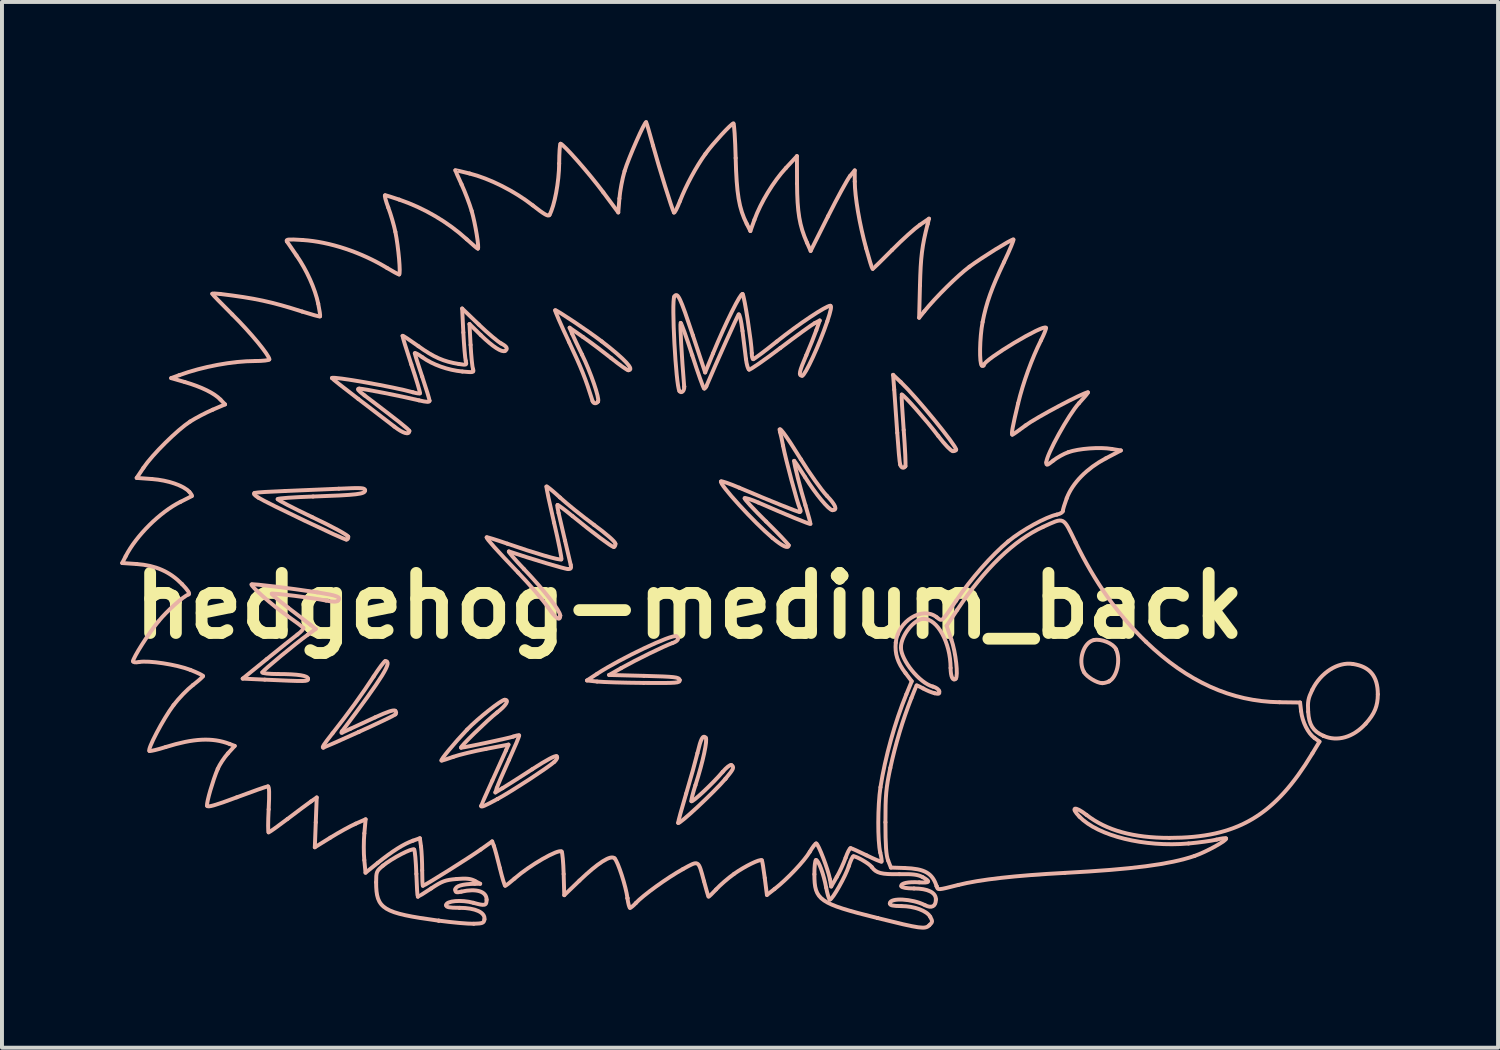
<source format=kicad_pcb>
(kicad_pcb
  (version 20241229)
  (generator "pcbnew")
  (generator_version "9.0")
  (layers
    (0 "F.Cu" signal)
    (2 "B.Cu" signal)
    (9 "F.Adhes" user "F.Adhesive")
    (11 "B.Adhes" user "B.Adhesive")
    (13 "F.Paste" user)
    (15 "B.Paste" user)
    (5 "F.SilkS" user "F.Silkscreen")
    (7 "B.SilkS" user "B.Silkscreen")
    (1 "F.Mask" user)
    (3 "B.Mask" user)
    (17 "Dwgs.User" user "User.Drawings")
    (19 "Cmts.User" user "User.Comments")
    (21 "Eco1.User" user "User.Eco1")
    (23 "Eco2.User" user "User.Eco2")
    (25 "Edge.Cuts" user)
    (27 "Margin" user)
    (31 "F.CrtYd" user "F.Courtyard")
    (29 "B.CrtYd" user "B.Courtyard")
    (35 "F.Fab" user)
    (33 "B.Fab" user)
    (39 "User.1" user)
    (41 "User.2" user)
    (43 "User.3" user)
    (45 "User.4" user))
  (footprint "hedgehog-medium_back"
    (layer "F.Cu")
    (at 14.438 12.317)
    (property "Reference" "hedgehog-medium_back" (at 0 0 0) (layer "F.SilkS") (effects (font (size 1.524 1.524) (thickness 0.3))))
    (attr board_only exclude_from_pos_files)
    (fp_line (start -14.388 -1.085) (end -14.301 -1.255) (stroke (width 0.1) (type solid)) (layer "B.SilkS"))
    (fp_line (start -14.021 -1.06) (end -14.388 -1.085) (stroke (width 0.1) (type solid)) (layer "B.SilkS"))
    (fp_line (start -14.021 -3.244) (end -13.849 -3.501) (stroke (width 0.1) (type solid)) (layer "B.SilkS"))
    (fp_line (start -13.635 -3.216) (end -14.021 -3.244) (stroke (width 0.1) (type solid)) (layer "B.SilkS"))
    (fp_line (start -13.146 -5.776) (end -12.94 -5.851) (stroke (width 0.1) (type solid)) (layer "B.SilkS"))
    (fp_line (start -12.8 -5.676) (end -13.146 -5.776) (stroke (width 0.1) (type solid)) (layer "B.SilkS"))
    (fp_line (start -12.093 -4.974) (end -11.779 -5.109) (stroke (width 0.1) (type solid)) (layer "B.SilkS"))
    (fp_line (start -11.779 -5.109) (end -11.896 -5.231) (stroke (width 0.1) (type solid)) (layer "B.SilkS"))
    (fp_line (start -11.706 3.743) (end -11.534 3.554) (stroke (width 0.1) (type solid)) (layer "B.SilkS"))
    (fp_line (start -11.534 3.554) (end -11.667 3.503) (stroke (width 0.1) (type solid)) (layer "B.SilkS"))
    (fp_line (start -11.332 1.847) (end -10.772 1.873) (stroke (width 0.1) (type solid)) (layer "B.SilkS"))
    (fp_line (start -10.725 1.354) (end -11.332 1.847) (stroke (width 0.1) (type solid)) (layer "B.SilkS"))
    (fp_line (start -9.681 0.733) (end -9.478 0.586) (stroke (width 0.1) (type solid)) (layer "B.SilkS"))
    (fp_line (start -9.675 1.854) (end -9.675 1.853) (stroke (width 0.1) (type solid)) (layer "B.SilkS"))
    (fp_line (start -9.502 6.125) (end -9.478 5.493) (stroke (width 0.1) (type solid)) (layer "B.SilkS"))
    (fp_line (start -9.478 5.493) (end -9.454 4.862) (stroke (width 0.1) (type solid)) (layer "B.SilkS"))
    (fp_line (start -9.478 0.586) (end -9.611 0.483) (stroke (width 0.1) (type solid)) (layer "B.SilkS"))
    (fp_line (start -9.454 4.862) (end -9.6 4.963) (stroke (width 0.1) (type solid)) (layer "B.SilkS"))
    (fp_line (start -9.11 5.882) (end -9.502 6.125) (stroke (width 0.1) (type solid)) (layer "B.SilkS"))
    (fp_line (start -8.656 -1.752) (end -8.656 -1.752) (stroke (width 0.1) (type solid)) (layer "B.SilkS"))
    (fp_line (start -8.386 3.199) (end -8.387 3.199) (stroke (width 0.1) (type solid)) (layer "B.SilkS"))
    (fp_line (start -8.246 5.773) (end -8.214 5.416) (stroke (width 0.1) (type solid)) (layer "B.SilkS"))
    (fp_line (start -8.216 6.77) (end -8.247 6.45) (stroke (width 0.1) (type solid)) (layer "B.SilkS"))
    (fp_line (start -8.214 5.416) (end -8.466 5.527) (stroke (width 0.1) (type solid)) (layer "B.SilkS"))
    (fp_line (start -7.906 6.521) (end -8.216 6.77) (stroke (width 0.1) (type solid)) (layer "B.SilkS"))
    (fp_line (start -7.106 -4.435) (end -7.106 -4.435) (stroke (width 0.1) (type solid)) (layer "B.SilkS"))
    (fp_line (start -6.838 5.896) (end -7.013 5.958) (stroke (width 0.1) (type solid)) (layer "B.SilkS"))
    (fp_line (start -6.808 6.108) (end -6.838 5.896) (stroke (width 0.1) (type solid)) (layer "B.SilkS"))
    (fp_line (start -6.359 7.986) (end -6.359 7.987) (stroke (width 0.1) (type solid)) (layer "B.SilkS"))
    (fp_line (start -5.765 -7.541) (end -5.735 -6.934) (stroke (width 0.1) (type solid)) (layer "B.SilkS"))
    (fp_line (start -5.579 -7.148) (end -5.292 -6.867) (stroke (width 0.1) (type solid)) (layer "B.SilkS"))
    (fp_line (start -5.551 -6.618) (end -5.579 -7.148) (stroke (width 0.1) (type solid)) (layer "B.SilkS"))
    (fp_line (start -5.445 6.977) (end -5.308 7.051) (stroke (width 0.1) (type solid)) (layer "B.SilkS"))
    (fp_line (start -5.344 -7.136) (end -5.765 -7.541) (stroke (width 0.1) (type solid)) (layer "B.SilkS"))
    (fp_line (start -5.308 7.051) (end -5.448 7.052) (stroke (width 0.1) (type solid)) (layer "B.SilkS"))
    (fp_line (start -5.159 3.629) (end -4.59 3.521) (stroke (width 0.1) (type solid)) (layer "B.SilkS"))
    (fp_line (start -5.004 5.976) (end -5.296 6.184) (stroke (width 0.1) (type solid)) (layer "B.SilkS"))
    (fp_line (start -4.961 6.089) (end -5.004 5.976) (stroke (width 0.1) (type solid)) (layer "B.SilkS"))
    (fp_line (start -4.922 4.734) (end -4.886 4.622) (stroke (width 0.1) (type solid)) (layer "B.SilkS"))
    (fp_line (start -4.868 4.9) (end -4.868 4.9) (stroke (width 0.1) (type solid)) (layer "B.SilkS"))
    (fp_line (start -4.741 4.626) (end -4.922 4.734) (stroke (width 0.1) (type solid)) (layer "B.SilkS"))
    (fp_line (start -4.59 3.521) (end -4.652 3.665) (stroke (width 0.1) (type solid)) (layer "B.SilkS"))
    (fp_line (start -3.277 0.248) (end -3.277 0.248) (stroke (width 0.1) (type solid)) (layer "B.SilkS"))
    (fp_line (start -3.175 7.34) (end -3.19 6.804) (stroke (width 0.1) (type solid)) (layer "B.SilkS"))
    (fp_line (start -3.039 -7.054) (end -2.702 -6.82) (stroke (width 0.1) (type solid)) (layer "B.SilkS"))
    (fp_line (start -2.974 -6.9) (end -3.039 -7.054) (stroke (width 0.1) (type solid)) (layer "B.SilkS"))
    (fp_line (start -2.79 6.971) (end -3.175 7.34) (stroke (width 0.1) (type solid)) (layer "B.SilkS"))
    (fp_line (start -2.599 1.894) (end -2.342 1.921) (stroke (width 0.1) (type solid)) (layer "B.SilkS"))
    (fp_line (start -2.342 1.725) (end -2.599 1.894) (stroke (width 0.1) (type solid)) (layer "B.SilkS"))
    (fp_line (start -2.317 -5.184) (end -2.317 -5.185) (stroke (width 0.1) (type solid)) (layer "B.SilkS"))
    (fp_line (start -2.184 -10.487) (end -1.805 -9.978) (stroke (width 0.1) (type solid)) (layer "B.SilkS"))
    (fp_line (start -2.038 1.754) (end -1.733 1.582) (stroke (width 0.1) (type solid)) (layer "B.SilkS"))
    (fp_line (start -1.805 -9.978) (end -1.776 -10.331) (stroke (width 0.1) (type solid)) (layer "B.SilkS"))
    (fp_line (start -1.572 7.417) (end -1.571 7.417) (stroke (width 0.1) (type solid)) (layer "B.SilkS"))
    (fp_line (start -1.152 1.777) (end -2.038 1.754) (stroke (width 0.1) (type solid)) (layer "B.SilkS"))
    (fp_line (start -0.249 1.882) (end -0.249 1.882) (stroke (width 0.1) (type solid)) (layer "B.SilkS"))
    (fp_line (start -0.132 -5.561) (end -0.133 -5.561) (stroke (width 0.1) (type solid)) (layer "B.SilkS"))
    (fp_line (start 0.399 -5.919) (end 0.087 -6.86) (stroke (width 0.1) (type solid)) (layer "B.SilkS"))
    (fp_line (start 0.599 -6.403) (end 0.399 -5.919) (stroke (width 0.1) (type solid)) (layer "B.SilkS"))
    (fp_line (start 0.916 4.386) (end 0.916 4.386) (stroke (width 0.1) (type solid)) (layer "B.SilkS"))
    (fp_line (start 1.453 -9.691) (end 1.546 -9.507) (stroke (width 0.1) (type solid)) (layer "B.SilkS"))
    (fp_line (start 1.546 -9.507) (end 1.65 -9.794) (stroke (width 0.1) (type solid)) (layer "B.SilkS"))
    (fp_line (start 1.966 7.334) (end 1.911 6.904) (stroke (width 0.1) (type solid)) (layer "B.SilkS"))
    (fp_line (start 2.159 7.184) (end 1.966 7.334) (stroke (width 0.1) (type solid)) (layer "B.SilkS"))
    (fp_line (start 2.446 -11.104) (end 2.727 -11.407) (stroke (width 0.1) (type solid)) (layer "B.SilkS"))
    (fp_line (start 2.516 -1.535) (end 2.515 -1.535) (stroke (width 0.1) (type solid)) (layer "B.SilkS"))
    (fp_line (start 2.727 -11.407) (end 2.73 -10.712) (stroke (width 0.1) (type solid)) (layer "B.SilkS"))
    (fp_line (start 2.982 -9.211) (end 3.075 -9.002) (stroke (width 0.1) (type solid)) (layer "B.SilkS"))
    (fp_line (start 3.075 -9.002) (end 3.517 -9.883) (stroke (width 0.1) (type solid)) (layer "B.SilkS"))
    (fp_line (start 3.179 -7.171) (end 3.305 -7.237) (stroke (width 0.1) (type solid)) (layer "B.SilkS"))
    (fp_line (start 3.305 -7.237) (end 3.219 -6.992) (stroke (width 0.1) (type solid)) (layer "B.SilkS"))
    (fp_line (start 3.597 7.12) (end 3.564 6.936) (stroke (width 0.1) (type solid)) (layer "B.SilkS"))
    (fp_line (start 3.736 6.879) (end 3.597 7.12) (stroke (width 0.1) (type solid)) (layer "B.SilkS"))
    (fp_line (start 4.076 -10.904) (end 4.193 -11.044) (stroke (width 0.1) (type solid)) (layer "B.SilkS"))
    (fp_line (start 4.193 -11.044) (end 4.194 -10.764) (stroke (width 0.1) (type solid)) (layer "B.SilkS"))
    (fp_line (start 4.774 7.921) (end 4.774 7.921) (stroke (width 0.1) (type solid)) (layer "B.SilkS"))
    (fp_line (start 5.111 6.64) (end 5.041 6.462) (stroke (width 0.1) (type solid)) (layer "B.SilkS"))
    (fp_line (start 5.166 -5.859) (end 5.195 -5.486) (stroke (width 0.1) (type solid)) (layer "B.SilkS"))
    (fp_line (start 5.363 -5.673) (end 5.166 -5.859) (stroke (width 0.1) (type solid)) (layer "B.SilkS"))
    (fp_line (start 5.459 6.651) (end 5.111 6.64) (stroke (width 0.1) (type solid)) (layer "B.SilkS"))
    (fp_line (start 5.477 -3.54) (end 5.477 -3.54) (stroke (width 0.1) (type solid)) (layer "B.SilkS"))
    (fp_line (start 5.482 1.707) (end 5.639 1.914) (stroke (width 0.1) (type solid)) (layer "B.SilkS"))
    (fp_line (start 5.639 1.914) (end 5.502 2.247) (stroke (width 0.1) (type solid)) (layer "B.SilkS"))
    (fp_line (start 5.827 -7.307) (end 5.957 -7.469) (stroke (width 0.1) (type solid)) (layer "B.SilkS"))
    (fp_line (start 5.848 -8.125) (end 5.827 -7.307) (stroke (width 0.1) (type solid)) (layer "B.SilkS"))
    (fp_line (start 5.849 -9.665) (end 6.077 -9.82) (stroke (width 0.1) (type solid)) (layer "B.SilkS"))
    (fp_line (start 6.077 -9.82) (end 6.043 -9.685) (stroke (width 0.1) (type solid)) (layer "B.SilkS"))
    (fp_line (start 6.27 7.113) (end 6.27 7.113) (stroke (width 0.1) (type solid)) (layer "B.SilkS"))
    (fp_line (start 6.524 0.508) (end 6.792 0.104) (stroke (width 0.1) (type solid)) (layer "B.SilkS"))
    (fp_line (start 6.643 0.853) (end 6.524 0.508) (stroke (width 0.1) (type solid)) (layer "B.SilkS"))
    (fp_line (start 10.645 1.916) (end 10.645 1.916) (stroke (width 0.1) (type solid)) (layer "B.SilkS"))
    (fp_line (start 10.711 -3.979) (end 10.944 -3.941) (stroke (width 0.1) (type solid)) (layer "B.SilkS"))
    (fp_line (start 10.944 -3.941) (end 10.56 -3.739) (stroke (width 0.1) (type solid)) (layer "B.SilkS"))
    (fp_line (start 14.969 2.446) (end 15.49 2.453) (stroke (width 0.1) (type solid)) (layer "B.SilkS"))
    (fp_line (start 15.49 2.453) (end 15.516 2.672) (stroke (width 0.1) (type solid)) (layer "B.SilkS"))
    (fp_line (start 15.856 3.353) (end 15.982 3.445) (stroke (width 0.1) (type solid)) (layer "B.SilkS"))
    (fp_line (start 15.982 3.445) (end 15.802 3.744) (stroke (width 0.1) (type solid)) (layer "B.SilkS"))
    (fp_line (start 16.084 3.299) (end 16.084 3.299) (stroke (width 0.1) (type solid)) (layer "B.SilkS"))
    (fp_curve (pts (xy -14.301 -1.255) (xy -14.034 -1.78) (xy -13.429 -2.38) (xy -12.91 -2.637)) (stroke (width 0.1) (type solid)) (layer "B.SilkS"))
    (fp_curve (pts (xy -14.113 1.406) (xy -14.113 1.318) (xy -13.718 0.697) (xy -13.47 0.396)) (stroke (width 0.1) (type solid)) (layer "B.SilkS"))
    (fp_curve (pts (xy -13.961 1.426) (xy -14.052 1.443) (xy -14.113 1.436) (xy -14.113 1.406)) (stroke (width 0.1) (type solid)) (layer "B.SilkS"))
    (fp_curve (pts (xy -13.849 -3.501) (xy -13.624 -3.837) (xy -12.989 -4.465) (xy -12.665 -4.674)) (stroke (width 0.1) (type solid)) (layer "B.SilkS"))
    (fp_curve (pts (xy -13.696 3.683) (xy -13.764 3.661) (xy -13.348 2.867) (xy -13.086 2.52)) (stroke (width 0.1) (type solid)) (layer "B.SilkS"))
    (fp_curve (pts (xy -13.47 0.396) (xy -13.242 0.119) (xy -12.84 -0.24) (xy -12.701 -0.291)) (stroke (width 0.1) (type solid)) (layer "B.SilkS"))
    (fp_curve (pts (xy -13.286 3.583) (xy -13.487 3.647) (xy -13.671 3.691) (xy -13.696 3.683)) (stroke (width 0.1) (type solid)) (layer "B.SilkS"))
    (fp_curve (pts (xy -13.086 2.52) (xy -12.958 2.35) (xy -12.738 2.121) (xy -12.596 2.012)) (stroke (width 0.1) (type solid)) (layer "B.SilkS"))
    (fp_curve (pts (xy -12.94 -5.851) (xy -12.345 -6.068) (xy -11.587 -6.209) (xy -11.018 -6.209)) (stroke (width 0.1) (type solid)) (layer "B.SilkS"))
    (fp_curve (pts (xy -12.91 -2.637) (xy -12.762 -2.71) (xy -12.633 -2.777) (xy -12.622 -2.785)) (stroke (width 0.1) (type solid)) (layer "B.SilkS"))
    (fp_curve (pts (xy -12.87 -0.549) (xy -13.175 -0.864) (xy -13.542 -1.027) (xy -14.021 -1.06)) (stroke (width 0.1) (type solid)) (layer "B.SilkS"))
    (fp_curve (pts (xy -12.701 -0.291) (xy -12.663 -0.305) (xy -12.724 -0.399) (xy -12.87 -0.549)) (stroke (width 0.1) (type solid)) (layer "B.SilkS"))
    (fp_curve (pts (xy -12.684 -2.889) (xy -12.83 -3.05) (xy -13.226 -3.186) (xy -13.635 -3.216)) (stroke (width 0.1) (type solid)) (layer "B.SilkS"))
    (fp_curve (pts (xy -12.665 -4.674) (xy -12.523 -4.765) (xy -12.266 -4.9) (xy -12.093 -4.974)) (stroke (width 0.1) (type solid)) (layer "B.SilkS"))
    (fp_curve (pts (xy -12.658 1.626) (xy -13.008 1.49) (xy -13.719 1.381) (xy -13.961 1.426)) (stroke (width 0.1) (type solid)) (layer "B.SilkS"))
    (fp_curve (pts (xy -12.622 -2.785) (xy -12.611 -2.793) (xy -12.639 -2.84) (xy -12.684 -2.889)) (stroke (width 0.1) (type solid)) (layer "B.SilkS"))
    (fp_curve (pts (xy -12.596 2.012) (xy -12.454 1.902) (xy -12.338 1.799) (xy -12.338 1.782)) (stroke (width 0.1) (type solid)) (layer "B.SilkS"))
    (fp_curve (pts (xy -12.338 1.782) (xy -12.338 1.765) (xy -12.482 1.695) (xy -12.658 1.626)) (stroke (width 0.1) (type solid)) (layer "B.SilkS"))
    (fp_curve (pts (xy -12.236 5.071) (xy -12.253 4.994) (xy -12.088 4.424) (xy -11.965 4.137)) (stroke (width 0.1) (type solid)) (layer "B.SilkS"))
    (fp_curve (pts (xy -12.104 -7.914) (xy -12.104 -7.925) (xy -12.015 -7.924) (xy -11.906 -7.911)) (stroke (width 0.1) (type solid)) (layer "B.SilkS"))
    (fp_curve (pts (xy -11.965 4.137) (xy -11.917 4.025) (xy -11.8 3.848) (xy -11.706 3.743)) (stroke (width 0.1) (type solid)) (layer "B.SilkS"))
    (fp_curve (pts (xy -11.906 -7.911) (xy -11.02 -7.803) (xy -10.607 -7.715) (xy -9.823 -7.464)) (stroke (width 0.1) (type solid)) (layer "B.SilkS"))
    (fp_curve (pts (xy -11.896 -5.231) (xy -12.051 -5.393) (xy -12.375 -5.552) (xy -12.8 -5.676)) (stroke (width 0.1) (type solid)) (layer "B.SilkS"))
    (fp_curve (pts (xy -11.667 3.503) (xy -12.102 3.337) (xy -12.579 3.361) (xy -13.286 3.583)) (stroke (width 0.1) (type solid)) (layer "B.SilkS"))
    (fp_curve (pts (xy -11.596 -7.39) (xy -11.876 -7.667) (xy -12.104 -7.903) (xy -12.104 -7.914)) (stroke (width 0.1) (type solid)) (layer "B.SilkS"))
    (fp_curve (pts (xy -11.482 4.858) (xy -12.039 5.067) (xy -12.225 5.119) (xy -12.236 5.071)) (stroke (width 0.1) (type solid)) (layer "B.SilkS"))
    (fp_curve (pts (xy -11.106 -0.543) (xy -11.142 -0.508) (xy -10.571 -0.004) (xy -10.201 0.254)) (stroke (width 0.1) (type solid)) (layer "B.SilkS"))
    (fp_curve (pts (xy -11.027 -2.864) (xy -11.072 -2.85) (xy -11.042 -2.81) (xy -10.933 -2.743)) (stroke (width 0.1) (type solid)) (layer "B.SilkS"))
    (fp_curve (pts (xy -11.018 -6.209) (xy -10.819 -6.209) (xy -10.656 -6.228) (xy -10.656 -6.251)) (stroke (width 0.1) (type solid)) (layer "B.SilkS"))
    (fp_curve (pts (xy -10.933 -2.743) (xy -10.696 -2.596) (xy -8.774 -1.68) (xy -8.702 -1.68)) (stroke (width 0.1) (type solid)) (layer "B.SilkS"))
    (fp_curve (pts (xy -10.835 1.688) (xy -10.817 1.64) (xy -9.988 0.953) (xy -9.681 0.733)) (stroke (width 0.1) (type solid)) (layer "B.SilkS"))
    (fp_curve (pts (xy -10.772 1.873) (xy -9.694 1.922) (xy -9.675 1.922) (xy -9.675 1.854)) (stroke (width 0.1) (type solid)) (layer "B.SilkS"))
    (fp_curve (pts (xy -10.692 4.58) (xy -10.72 4.58) (xy -11.075 4.705) (xy -11.482 4.858)) (stroke (width 0.1) (type solid)) (layer "B.SilkS"))
    (fp_curve (pts (xy -10.674 5.747) (xy -10.691 5.747) (xy -10.69 5.485) (xy -10.673 5.164)) (stroke (width 0.1) (type solid)) (layer "B.SilkS"))
    (fp_curve (pts (xy -10.673 5.164) (xy -10.652 4.759) (xy -10.657 4.58) (xy -10.692 4.58)) (stroke (width 0.1) (type solid)) (layer "B.SilkS"))
    (fp_curve (pts (xy -10.656 -6.251) (xy -10.656 -6.354) (xy -11.132 -6.93) (xy -11.596 -7.39)) (stroke (width 0.1) (type solid)) (layer "B.SilkS"))
    (fp_curve (pts (xy -10.596 -0.306) (xy -10.573 -0.33) (xy -9.567 -0.204) (xy -9.215 -0.133)) (stroke (width 0.1) (type solid)) (layer "B.SilkS"))
    (fp_curve (pts (xy -10.445 -2.708) (xy -10.434 -2.727) (xy -10.029 -2.756) (xy -9.547 -2.772)) (stroke (width 0.1) (type solid)) (layer "B.SilkS"))
    (fp_curve (pts (xy -10.438 1.731) (xy -10.665 1.731) (xy -10.843 1.711) (xy -10.835 1.688)) (stroke (width 0.1) (type solid)) (layer "B.SilkS"))
    (fp_curve (pts (xy -10.259 -2.912) (xy -10.644 -2.898) (xy -10.99 -2.876) (xy -11.027 -2.864)) (stroke (width 0.1) (type solid)) (layer "B.SilkS"))
    (fp_curve (pts (xy -10.21 -9.242) (xy -10.244 -9.297) (xy -10.183 -9.303) (xy -9.811 -9.279)) (stroke (width 0.1) (type solid)) (layer "B.SilkS"))
    (fp_curve (pts (xy -10.201 0.254) (xy -9.989 0.402) (xy -9.806 0.54) (xy -9.793 0.561)) (stroke (width 0.1) (type solid)) (layer "B.SilkS"))
    (fp_curve (pts (xy -10.194 5.406) (xy -10.441 5.594) (xy -10.657 5.747) (xy -10.674 5.747)) (stroke (width 0.1) (type solid)) (layer "B.SilkS"))
    (fp_curve (pts (xy -10.181 0.046) (xy -10.42 -0.137) (xy -10.607 -0.295) (xy -10.596 -0.306)) (stroke (width 0.1) (type solid)) (layer "B.SilkS"))
    (fp_curve (pts (xy -9.967 -8.887) (xy -10.078 -9.046) (xy -10.188 -9.206) (xy -10.21 -9.242)) (stroke (width 0.1) (type solid)) (layer "B.SilkS"))
    (fp_curve (pts (xy -9.944 0.73) (xy -10.04 0.802) (xy -10.392 1.083) (xy -10.725 1.354)) (stroke (width 0.1) (type solid)) (layer "B.SilkS"))
    (fp_curve (pts (xy -9.823 -7.464) (xy -9.583 -7.387) (xy -9.379 -7.331) (xy -9.37 -7.341)) (stroke (width 0.1) (type solid)) (layer "B.SilkS"))
    (fp_curve (pts (xy -9.811 -9.279) (xy -9.12 -9.233) (xy -8.331 -8.972) (xy -7.67 -8.57)) (stroke (width 0.1) (type solid)) (layer "B.SilkS"))
    (fp_curve (pts (xy -9.793 0.561) (xy -9.78 0.582) (xy -9.848 0.658) (xy -9.944 0.73)) (stroke (width 0.1) (type solid)) (layer "B.SilkS"))
    (fp_curve (pts (xy -9.675 1.853) (xy -9.675 1.771) (xy -9.917 1.732) (xy -10.438 1.731)) (stroke (width 0.1) (type solid)) (layer "B.SilkS"))
    (fp_curve (pts (xy -9.611 0.483) (xy -9.685 0.426) (xy -9.941 0.229) (xy -10.181 0.046)) (stroke (width 0.1) (type solid)) (layer "B.SilkS"))
    (fp_curve (pts (xy -9.6 4.963) (xy -9.68 5.019) (xy -9.947 5.218) (xy -10.194 5.406)) (stroke (width 0.1) (type solid)) (layer "B.SilkS"))
    (fp_curve (pts (xy -9.568 -2.249) (xy -10.062 -2.483) (xy -10.457 -2.689) (xy -10.445 -2.708)) (stroke (width 0.1) (type solid)) (layer "B.SilkS"))
    (fp_curve (pts (xy -9.547 -2.772) (xy -8.421 -2.811) (xy -8.227 -2.834) (xy -8.227 -2.928)) (stroke (width 0.1) (type solid)) (layer "B.SilkS"))
    (fp_curve (pts (xy -9.441 -0.341) (xy -10.145 -0.449) (xy -11.086 -0.564) (xy -11.106 -0.543)) (stroke (width 0.1) (type solid)) (layer "B.SilkS"))
    (fp_curve (pts (xy -9.416 -7.663) (xy -9.497 -8.048) (xy -9.707 -8.513) (xy -9.967 -8.887)) (stroke (width 0.1) (type solid)) (layer "B.SilkS"))
    (fp_curve (pts (xy -9.37 -7.341) (xy -9.36 -7.351) (xy -9.381 -7.495) (xy -9.416 -7.663)) (stroke (width 0.1) (type solid)) (layer "B.SilkS"))
    (fp_curve (pts (xy -9.285 3.599) (xy -9.277 3.599) (xy -8.872 3.419) (xy -8.386 3.199)) (stroke (width 0.1) (type solid)) (layer "B.SilkS"))
    (fp_curve (pts (xy -9.215 -0.133) (xy -9.034 -0.096) (xy -8.95 -0.097) (xy -8.913 -0.133)) (stroke (width 0.1) (type solid)) (layer "B.SilkS"))
    (fp_curve (pts (xy -9.068 -5.778) (xy -9.068 -5.765) (xy -8.768 -5.527) (xy -8.402 -5.249)) (stroke (width 0.1) (type solid)) (layer "B.SilkS"))
    (fp_curve (pts (xy -9.053 3.234) (xy -9.279 3.519) (xy -9.33 3.599) (xy -9.285 3.599)) (stroke (width 0.1) (type solid)) (layer "B.SilkS"))
    (fp_curve (pts (xy -8.913 -0.133) (xy -8.825 -0.221) (xy -8.931 -0.263) (xy -9.441 -0.341)) (stroke (width 0.1) (type solid)) (layer "B.SilkS"))
    (fp_curve (pts (xy -8.893 -2.97) (xy -9.259 -2.952) (xy -9.873 -2.926) (xy -10.259 -2.912)) (stroke (width 0.1) (type solid)) (layer "B.SilkS"))
    (fp_curve (pts (xy -8.811 3.218) (xy -8.837 3.232) (xy -8.835 3.214) (xy -8.807 3.176)) (stroke (width 0.1) (type solid)) (layer "B.SilkS"))
    (fp_curve (pts (xy -8.807 3.176) (xy -7.764 1.793) (xy -7.524 1.403) (xy -7.715 1.403)) (stroke (width 0.1) (type solid)) (layer "B.SilkS"))
    (fp_curve (pts (xy -8.702 -1.68) (xy -8.669 -1.679) (xy -8.647 -1.712) (xy -8.656 -1.752)) (stroke (width 0.1) (type solid)) (layer "B.SilkS"))
    (fp_curve (pts (xy -8.656 -1.752) (xy -8.666 -1.795) (xy -9.04 -1.999) (xy -9.568 -2.249)) (stroke (width 0.1) (type solid)) (layer "B.SilkS"))
    (fp_curve (pts (xy -8.6 3.12) (xy -8.69 3.161) (xy -8.785 3.205) (xy -8.811 3.218)) (stroke (width 0.1) (type solid)) (layer "B.SilkS"))
    (fp_curve (pts (xy -8.466 5.527) (xy -8.604 5.588) (xy -8.894 5.748) (xy -9.11 5.882)) (stroke (width 0.1) (type solid)) (layer "B.SilkS"))
    (fp_curve (pts (xy -8.402 -5.249) (xy -8.036 -4.971) (xy -7.623 -4.654) (xy -7.485 -4.546)) (stroke (width 0.1) (type solid)) (layer "B.SilkS"))
    (fp_curve (pts (xy -8.387 3.199) (xy -7.901 2.98) (xy -7.483 2.78) (xy -7.459 2.755)) (stroke (width 0.1) (type solid)) (layer "B.SilkS"))
    (fp_curve (pts (xy -8.375 -5.509) (xy -8.276 -5.509) (xy -7.312 -5.32) (xy -6.861 -5.212)) (stroke (width 0.1) (type solid)) (layer "B.SilkS"))
    (fp_curve (pts (xy -8.247 6.45) (xy -8.265 6.274) (xy -8.264 5.969) (xy -8.246 5.773)) (stroke (width 0.1) (type solid)) (layer "B.SilkS"))
    (fp_curve (pts (xy -8.242 -5.338) (xy -8.409 -5.465) (xy -8.444 -5.509) (xy -8.375 -5.509)) (stroke (width 0.1) (type solid)) (layer "B.SilkS"))
    (fp_curve (pts (xy -8.227 -2.928) (xy -8.227 -2.993) (xy -8.307 -2.998) (xy -8.893 -2.97)) (stroke (width 0.1) (type solid)) (layer "B.SilkS"))
    (fp_curve (pts (xy -8.01 1.793) (xy -8.286 2.22) (xy -8.67 2.751) (xy -9.053 3.234)) (stroke (width 0.1) (type solid)) (layer "B.SilkS"))
    (fp_curve (pts (xy -7.973 2.83) (xy -8.228 2.949) (xy -8.51 3.079) (xy -8.6 3.12)) (stroke (width 0.1) (type solid)) (layer "B.SilkS"))
    (fp_curve (pts (xy -7.947 7.013) (xy -7.947 6.748) (xy -7.939 6.728) (xy -7.772 6.59)) (stroke (width 0.1) (type solid)) (layer "B.SilkS"))
    (fp_curve (pts (xy -7.772 6.59) (xy -7.544 6.403) (xy -7.029 6.136) (xy -6.983 6.182)) (stroke (width 0.1) (type solid)) (layer "B.SilkS"))
    (fp_curve (pts (xy -7.72 -10.414) (xy -7.7 -10.414) (xy -7.538 -10.364) (xy -7.36 -10.303)) (stroke (width 0.1) (type solid)) (layer "B.SilkS"))
    (fp_curve (pts (xy -7.715 1.403) (xy -7.739 1.403) (xy -7.872 1.579) (xy -8.01 1.793)) (stroke (width 0.1) (type solid)) (layer "B.SilkS"))
    (fp_curve (pts (xy -7.67 -8.57) (xy -7.52 -8.48) (xy -7.383 -8.405) (xy -7.364 -8.405)) (stroke (width 0.1) (type solid)) (layer "B.SilkS"))
    (fp_curve (pts (xy -7.64 -10.104) (xy -7.704 -10.274) (xy -7.74 -10.414) (xy -7.72 -10.414)) (stroke (width 0.1) (type solid)) (layer "B.SilkS"))
    (fp_curve (pts (xy -7.485 -4.546) (xy -7.262 -4.372) (xy -7.106 -4.326) (xy -7.106 -4.435)) (stroke (width 0.1) (type solid)) (layer "B.SilkS"))
    (fp_curve (pts (xy -7.462 2.663) (xy -7.494 2.631) (xy -7.657 2.684) (xy -7.973 2.83)) (stroke (width 0.1) (type solid)) (layer "B.SilkS"))
    (fp_curve (pts (xy -7.459 -9.485) (xy -7.494 -9.655) (xy -7.575 -9.933) (xy -7.64 -10.104)) (stroke (width 0.1) (type solid)) (layer "B.SilkS"))
    (fp_curve (pts (xy -7.459 2.755) (xy -7.431 2.728) (xy -7.432 2.694) (xy -7.462 2.663)) (stroke (width 0.1) (type solid)) (layer "B.SilkS"))
    (fp_curve (pts (xy -7.364 -8.405) (xy -7.319 -8.405) (xy -7.38 -9.099) (xy -7.459 -9.485)) (stroke (width 0.1) (type solid)) (layer "B.SilkS"))
    (fp_curve (pts (xy -7.36 -10.303) (xy -6.73 -10.089) (xy -6.128 -9.735) (xy -5.648 -9.296)) (stroke (width 0.1) (type solid)) (layer "B.SilkS"))
    (fp_curve (pts (xy -7.276 -6.849) (xy -7.284 -6.841) (xy -7.184 -6.513) (xy -7.054 -6.122)) (stroke (width 0.1) (type solid)) (layer "B.SilkS"))
    (fp_curve (pts (xy -7.106 -4.435) (xy -7.106 -4.467) (xy -7.373 -4.679) (xy -8.242 -5.338)) (stroke (width 0.1) (type solid)) (layer "B.SilkS"))
    (fp_curve (pts (xy -7.054 -6.122) (xy -6.923 -5.73) (xy -6.825 -5.401) (xy -6.835 -5.39)) (stroke (width 0.1) (type solid)) (layer "B.SilkS"))
    (fp_curve (pts (xy -7.016 -5.417) (xy -7.487 -5.552) (xy -9.068 -5.83) (xy -9.068 -5.778)) (stroke (width 0.1) (type solid)) (layer "B.SilkS"))
    (fp_curve (pts (xy -7.013 5.958) (xy -7.245 6.039) (xy -7.527 6.217) (xy -7.906 6.521)) (stroke (width 0.1) (type solid)) (layer "B.SilkS"))
    (fp_curve (pts (xy -6.983 6.182) (xy -6.963 6.202) (xy -6.938 6.48) (xy -6.927 6.8)) (stroke (width 0.1) (type solid)) (layer "B.SilkS"))
    (fp_curve (pts (xy -6.966 -6.406) (xy -6.966 -6.427) (xy -6.88 -6.381) (xy -6.774 -6.305)) (stroke (width 0.1) (type solid)) (layer "B.SilkS"))
    (fp_curve (pts (xy -6.927 6.8) (xy -6.916 7.12) (xy -6.9 7.382) (xy -6.89 7.382)) (stroke (width 0.1) (type solid)) (layer "B.SilkS"))
    (fp_curve (pts (xy -6.89 7.382) (xy -6.88 7.382) (xy -6.728 7.286) (xy -6.552 7.17)) (stroke (width 0.1) (type solid)) (layer "B.SilkS"))
    (fp_curve (pts (xy -6.876 -6.586) (xy -7.088 -6.739) (xy -7.268 -6.857) (xy -7.276 -6.849)) (stroke (width 0.1) (type solid)) (layer "B.SilkS"))
    (fp_curve (pts (xy -6.861 -5.212) (xy -6.662 -5.164) (xy -6.592 -5.162) (xy -6.592 -5.202)) (stroke (width 0.1) (type solid)) (layer "B.SilkS"))
    (fp_curve (pts (xy -6.835 -5.39) (xy -6.846 -5.379) (xy -6.928 -5.391) (xy -7.016 -5.417)) (stroke (width 0.1) (type solid)) (layer "B.SilkS"))
    (fp_curve (pts (xy -6.779 -5.813) (xy -6.882 -6.118) (xy -6.966 -6.385) (xy -6.966 -6.406)) (stroke (width 0.1) (type solid)) (layer "B.SilkS"))
    (fp_curve (pts (xy -6.779 6.711) (xy -6.779 6.496) (xy -6.793 6.225) (xy -6.808 6.108)) (stroke (width 0.1) (type solid)) (layer "B.SilkS"))
    (fp_curve (pts (xy -6.774 -6.305) (xy -6.514 -6.116) (xy -6.123 -5.977) (xy -5.759 -5.943)) (stroke (width 0.1) (type solid)) (layer "B.SilkS"))
    (fp_curve (pts (xy -6.76 7.102) (xy -6.771 7.102) (xy -6.779 6.926) (xy -6.779 6.711)) (stroke (width 0.1) (type solid)) (layer "B.SilkS"))
    (fp_curve (pts (xy -6.592 -5.202) (xy -6.592 -5.232) (xy -6.677 -5.507) (xy -6.779 -5.813)) (stroke (width 0.1) (type solid)) (layer "B.SilkS"))
    (fp_curve (pts (xy -6.552 7.17) (xy -6.272 6.983) (xy -6.193 6.954) (xy -5.908 6.93)) (stroke (width 0.1) (type solid)) (layer "B.SilkS"))
    (fp_curve (pts (xy -6.359 7.987) (xy -7.784 7.793) (xy -7.947 7.693) (xy -7.947 7.013)) (stroke (width 0.1) (type solid)) (layer "B.SilkS"))
    (fp_curve (pts (xy -6.288 3.926) (xy -6.268 3.926) (xy -6.134 3.883) (xy -5.99 3.831)) (stroke (width 0.1) (type solid)) (layer "B.SilkS"))
    (fp_curve (pts (xy -6.172 7.594) (xy -6.172 7.646) (xy -6.097 7.661) (xy -5.833 7.661)) (stroke (width 0.1) (type solid)) (layer "B.SilkS"))
    (fp_curve (pts (xy -5.99 3.831) (xy -5.846 3.779) (xy -5.472 3.689) (xy -5.159 3.629)) (stroke (width 0.1) (type solid)) (layer "B.SilkS"))
    (fp_curve (pts (xy -5.939 -11.046) (xy -5.939 -11.053) (xy -5.776 -11.017) (xy -5.577 -10.966)) (stroke (width 0.1) (type solid)) (layer "B.SilkS"))
    (fp_curve (pts (xy -5.939 7.199) (xy -5.939 7.272) (xy -5.915 7.28) (xy -5.787 7.251)) (stroke (width 0.1) (type solid)) (layer "B.SilkS"))
    (fp_curve (pts (xy -5.908 6.93) (xy -5.659 6.909) (xy -5.55 6.92) (xy -5.445 6.977)) (stroke (width 0.1) (type solid)) (layer "B.SilkS"))
    (fp_curve (pts (xy -5.849 -6.134) (xy -6.231 -6.193) (xy -6.489 -6.307) (xy -6.876 -6.586)) (stroke (width 0.1) (type solid)) (layer "B.SilkS"))
    (fp_curve (pts (xy -5.833 7.661) (xy -5.429 7.661) (xy -5.175 7.779) (xy -5.2 7.954)) (stroke (width 0.1) (type solid)) (layer "B.SilkS"))
    (fp_curve (pts (xy -5.792 3.599) (xy -5.843 3.599) (xy -5.123 2.895) (xy -4.876 2.703)) (stroke (width 0.1) (type solid)) (layer "B.SilkS"))
    (fp_curve (pts (xy -5.787 7.251) (xy -5.399 7.164) (xy -5.145 7.246) (xy -5.145 7.454)) (stroke (width 0.1) (type solid)) (layer "B.SilkS"))
    (fp_curve (pts (xy -5.78 -10.689) (xy -5.867 -10.879) (xy -5.939 -11.039) (xy -5.939 -11.046)) (stroke (width 0.1) (type solid)) (layer "B.SilkS"))
    (fp_curve (pts (xy -5.759 -5.943) (xy -5.476 -5.916) (xy -5.458 -5.92) (xy -5.489 -6.002)) (stroke (width 0.1) (type solid)) (layer "B.SilkS"))
    (fp_curve (pts (xy -5.735 -6.934) (xy -5.718 -6.6) (xy -5.69 -6.276) (xy -5.674 -6.214)) (stroke (width 0.1) (type solid)) (layer "B.SilkS"))
    (fp_curve (pts (xy -5.674 -6.214) (xy -5.644 -6.105) (xy -5.649 -6.103) (xy -5.849 -6.134)) (stroke (width 0.1) (type solid)) (layer "B.SilkS"))
    (fp_curve (pts (xy -5.648 -9.296) (xy -5.505 -9.166) (xy -5.379 -9.059) (xy -5.368 -9.059)) (stroke (width 0.1) (type solid)) (layer "B.SilkS"))
    (fp_curve (pts (xy -5.639 3.14) (xy -5.962 3.478) (xy -6.332 3.926) (xy -6.288 3.926)) (stroke (width 0.1) (type solid)) (layer "B.SilkS"))
    (fp_curve (pts (xy -5.577 -10.966) (xy -5.066 -10.838) (xy -4.431 -10.517) (xy -3.975 -10.158)) (stroke (width 0.1) (type solid)) (layer "B.SilkS"))
    (fp_curve (pts (xy -5.524 -10.017) (xy -5.577 -10.196) (xy -5.692 -10.499) (xy -5.78 -10.689)) (stroke (width 0.1) (type solid)) (layer "B.SilkS"))
    (fp_curve (pts (xy -5.489 -6.002) (xy -5.508 -6.05) (xy -5.535 -6.327) (xy -5.551 -6.618)) (stroke (width 0.1) (type solid)) (layer "B.SilkS"))
    (fp_curve (pts (xy -5.479 7.534) (xy -5.783 7.45) (xy -6.172 7.483) (xy -6.172 7.594)) (stroke (width 0.1) (type solid)) (layer "B.SilkS"))
    (fp_curve (pts (xy -5.471 8.065) (xy -5.613 8.069) (xy -6.012 8.033) (xy -6.359 7.986)) (stroke (width 0.1) (type solid)) (layer "B.SilkS"))
    (fp_curve (pts (xy -5.448 7.052) (xy -5.762 7.057) (xy -5.939 7.11) (xy -5.939 7.199)) (stroke (width 0.1) (type solid)) (layer "B.SilkS"))
    (fp_curve (pts (xy -5.368 -9.059) (xy -5.326 -9.059) (xy -5.431 -9.7) (xy -5.524 -10.017)) (stroke (width 0.1) (type solid)) (layer "B.SilkS"))
    (fp_curve (pts (xy -5.296 6.184) (xy -5.578 6.385) (xy -6.721 7.102) (xy -6.76 7.102)) (stroke (width 0.1) (type solid)) (layer "B.SilkS"))
    (fp_curve (pts (xy -5.292 -6.867) (xy -4.993 -6.574) (xy -4.754 -6.419) (xy -4.676 -6.467)) (stroke (width 0.1) (type solid)) (layer "B.SilkS"))
    (fp_curve (pts (xy -5.285 5.077) (xy -5.285 5.117) (xy -5.2 5.081) (xy -4.868 4.9)) (stroke (width 0.1) (type solid)) (layer "B.SilkS"))
    (fp_curve (pts (xy -5.2 7.954) (xy -5.214 8.046) (xy -5.244 8.059) (xy -5.471 8.065)) (stroke (width 0.1) (type solid)) (layer "B.SilkS"))
    (fp_curve (pts (xy -5.145 -1.738) (xy -5.145 -1.697) (xy -4.899 -1.423) (xy -4.345 -0.844)) (stroke (width 0.1) (type solid)) (layer "B.SilkS"))
    (fp_curve (pts (xy -5.145 7.454) (xy -5.145 7.607) (xy -5.184 7.616) (xy -5.479 7.534)) (stroke (width 0.1) (type solid)) (layer "B.SilkS"))
    (fp_curve (pts (xy -5 4.435) (xy -5.156 4.779) (xy -5.285 5.068) (xy -5.285 5.077)) (stroke (width 0.1) (type solid)) (layer "B.SilkS"))
    (fp_curve (pts (xy -4.886 4.622) (xy -4.867 4.56) (xy -4.728 4.238) (xy -4.577 3.907)) (stroke (width 0.1) (type solid)) (layer "B.SilkS"))
    (fp_curve (pts (xy -4.876 2.703) (xy -4.645 2.524) (xy -4.562 2.384) (xy -4.686 2.384)) (stroke (width 0.1) (type solid)) (layer "B.SilkS"))
    (fp_curve (pts (xy -4.868 4.9) (xy -4.472 4.683) (xy -3.59 4.106) (xy -3.427 3.958)) (stroke (width 0.1) (type solid)) (layer "B.SilkS"))
    (fp_curve (pts (xy -4.809 6.651) (xy -4.869 6.404) (xy -4.937 6.151) (xy -4.961 6.089)) (stroke (width 0.1) (type solid)) (layer "B.SilkS"))
    (fp_curve (pts (xy -4.777 -6.656) (xy -4.857 -6.698) (xy -5.113 -6.914) (xy -5.344 -7.136)) (stroke (width 0.1) (type solid)) (layer "B.SilkS"))
    (fp_curve (pts (xy -4.686 2.384) (xy -4.771 2.384) (xy -5.373 2.862) (xy -5.639 3.14)) (stroke (width 0.1) (type solid)) (layer "B.SilkS"))
    (fp_curve (pts (xy -4.676 -6.467) (xy -4.595 -6.517) (xy -4.628 -6.579) (xy -4.777 -6.656)) (stroke (width 0.1) (type solid)) (layer "B.SilkS"))
    (fp_curve (pts (xy -4.672 7.101) (xy -4.688 7.101) (xy -4.749 6.898) (xy -4.809 6.651)) (stroke (width 0.1) (type solid)) (layer "B.SilkS"))
    (fp_curve (pts (xy -4.652 3.665) (xy -4.687 3.744) (xy -4.843 4.09) (xy -5 4.435)) (stroke (width 0.1) (type solid)) (layer "B.SilkS"))
    (fp_curve (pts (xy -4.619 -1.576) (xy -4.908 -1.677) (xy -5.145 -1.749) (xy -5.145 -1.738)) (stroke (width 0.1) (type solid)) (layer "B.SilkS"))
    (fp_curve (pts (xy -4.578 -1.379) (xy -3.986 -1.181) (xy -3.152 -0.932) (xy -3.079 -0.932)) (stroke (width 0.1) (type solid)) (layer "B.SilkS"))
    (fp_curve (pts (xy -4.577 3.907) (xy -4.426 3.575) (xy -4.31 3.296) (xy -4.319 3.287)) (stroke (width 0.1) (type solid)) (layer "B.SilkS"))
    (fp_curve (pts (xy -4.471 3.318) (xy -4.59 3.359) (xy -5.719 3.599) (xy -5.792 3.599)) (stroke (width 0.1) (type solid)) (layer "B.SilkS"))
    (fp_curve (pts (xy -4.439 6.921) (xy -4.551 7.02) (xy -4.657 7.101) (xy -4.672 7.101)) (stroke (width 0.1) (type solid)) (layer "B.SilkS"))
    (fp_curve (pts (xy -4.345 -0.844) (xy -4.041 -0.525) (xy -3.702 -0.132) (xy -3.592 0.031)) (stroke (width 0.1) (type solid)) (layer "B.SilkS"))
    (fp_curve (pts (xy -4.319 3.287) (xy -4.329 3.277) (xy -4.397 3.291) (xy -4.471 3.318)) (stroke (width 0.1) (type solid)) (layer "B.SilkS"))
    (fp_curve (pts (xy -4.194 -0.929) (xy -4.44 -1.188) (xy -4.613 -1.39) (xy -4.578 -1.379)) (stroke (width 0.1) (type solid)) (layer "B.SilkS"))
    (fp_curve (pts (xy -3.986 4.145) (xy -4.302 4.35) (xy -4.642 4.566) (xy -4.741 4.626)) (stroke (width 0.1) (type solid)) (layer "B.SilkS"))
    (fp_curve (pts (xy -3.975 -10.158) (xy -3.682 -9.927) (xy -3.576 -9.866) (xy -3.55 -9.914)) (stroke (width 0.1) (type solid)) (layer "B.SilkS"))
    (fp_curve (pts (xy -3.626 -3.027) (xy -3.636 -3.017) (xy -3.549 -2.602) (xy -3.433 -2.106)) (stroke (width 0.1) (type solid)) (layer "B.SilkS"))
    (fp_curve (pts (xy -3.592 0.031) (xy -3.395 0.324) (xy -3.276 0.405) (xy -3.277 0.248)) (stroke (width 0.1) (type solid)) (layer "B.SilkS"))
    (fp_curve (pts (xy -3.55 -9.914) (xy -3.423 -10.14) (xy -3.308 -10.753) (xy -3.304 -11.219)) (stroke (width 0.1) (type solid)) (layer "B.SilkS"))
    (fp_curve (pts (xy -3.433 -2.106) (xy -3.317 -1.61) (xy -3.234 -1.192) (xy -3.248 -1.178)) (stroke (width 0.1) (type solid)) (layer "B.SilkS"))
    (fp_curve (pts (xy -3.427 3.958) (xy -3.36 3.896) (xy -3.338 3.845) (xy -3.367 3.817)) (stroke (width 0.1) (type solid)) (layer "B.SilkS"))
    (fp_curve (pts (xy -3.405 -7.498) (xy -3.416 -7.487) (xy -3.258 -7.124) (xy -3.054 -6.692)) (stroke (width 0.1) (type solid)) (layer "B.SilkS"))
    (fp_curve (pts (xy -3.367 3.817) (xy -3.395 3.788) (xy -3.619 3.906) (xy -3.986 4.145)) (stroke (width 0.1) (type solid)) (layer "B.SilkS"))
    (fp_curve (pts (xy -3.347 -2.558) (xy -3.337 -2.568) (xy -3.166 -2.44) (xy -2.965 -2.275)) (stroke (width 0.1) (type solid)) (layer "B.SilkS"))
    (fp_curve (pts (xy -3.319 -2.355) (xy -3.344 -2.457) (xy -3.357 -2.548) (xy -3.347 -2.558)) (stroke (width 0.1) (type solid)) (layer "B.SilkS"))
    (fp_curve (pts (xy -3.304 -11.219) (xy -3.303 -11.495) (xy -3.286 -11.721) (xy -3.269 -11.721)) (stroke (width 0.1) (type solid)) (layer "B.SilkS"))
    (fp_curve (pts (xy -3.284 -2.748) (xy -3.461 -2.912) (xy -3.615 -3.037) (xy -3.626 -3.027)) (stroke (width 0.1) (type solid)) (layer "B.SilkS"))
    (fp_curve (pts (xy -3.277 0.248) (xy -3.277 0.128) (xy -3.681 -0.391) (xy -4.194 -0.929)) (stroke (width 0.1) (type solid)) (layer "B.SilkS"))
    (fp_curve (pts (xy -3.269 -11.721) (xy -3.204 -11.721) (xy -2.543 -10.97) (xy -2.184 -10.487)) (stroke (width 0.1) (type solid)) (layer "B.SilkS"))
    (fp_curve (pts (xy -3.248 -1.178) (xy -3.28 -1.146) (xy -3.91 -1.329) (xy -4.619 -1.576)) (stroke (width 0.1) (type solid)) (layer "B.SilkS"))
    (fp_curve (pts (xy -3.241 6.234) (xy -3.317 6.158) (xy -4.047 6.576) (xy -4.439 6.921)) (stroke (width 0.1) (type solid)) (layer "B.SilkS"))
    (fp_curve (pts (xy -3.19 6.804) (xy -3.198 6.51) (xy -3.222 6.253) (xy -3.241 6.234)) (stroke (width 0.1) (type solid)) (layer "B.SilkS"))
    (fp_curve (pts (xy -3.156 -1.656) (xy -3.221 -1.938) (xy -3.294 -2.253) (xy -3.319 -2.355)) (stroke (width 0.1) (type solid)) (layer "B.SilkS"))
    (fp_curve (pts (xy -3.079 -0.932) (xy -3.005 -0.932) (xy -2.991 -0.954) (xy -3.011 -1.037)) (stroke (width 0.1) (type solid)) (layer "B.SilkS"))
    (fp_curve (pts (xy -3.054 -6.692) (xy -2.74 -6.029) (xy -2.634 -5.762) (xy -2.457 -5.194)) (stroke (width 0.1) (type solid)) (layer "B.SilkS"))
    (fp_curve (pts (xy -3.011 -1.037) (xy -3.026 -1.095) (xy -3.091 -1.373) (xy -3.156 -1.656)) (stroke (width 0.1) (type solid)) (layer "B.SilkS"))
    (fp_curve (pts (xy -2.965 -2.275) (xy -2.436 -1.842) (xy -1.97 -1.492) (xy -1.919 -1.492)) (stroke (width 0.1) (type solid)) (layer "B.SilkS"))
    (fp_curve (pts (xy -2.724 -6.371) (xy -2.826 -6.578) (xy -2.938 -6.816) (xy -2.974 -6.9)) (stroke (width 0.1) (type solid)) (layer "B.SilkS"))
    (fp_curve (pts (xy -2.702 -6.82) (xy -2.517 -6.692) (xy -2.194 -6.45) (xy -1.984 -6.282)) (stroke (width 0.1) (type solid)) (layer "B.SilkS"))
    (fp_curve (pts (xy -2.457 -5.194) (xy -2.434 -5.123) (xy -2.359 -5.118) (xy -2.317 -5.184)) (stroke (width 0.1) (type solid)) (layer "B.SilkS"))
    (fp_curve (pts (xy -2.42 -2.053) (xy -2.717 -2.271) (xy -3.106 -2.584) (xy -3.284 -2.748)) (stroke (width 0.1) (type solid)) (layer "B.SilkS"))
    (fp_curve (pts (xy -2.342 1.921) (xy -2.201 1.936) (xy -1.669 1.952) (xy -1.159 1.956)) (stroke (width 0.1) (type solid)) (layer "B.SilkS"))
    (fp_curve (pts (xy -2.317 -5.185) (xy -2.275 -5.254) (xy -2.504 -5.924) (xy -2.724 -6.371)) (stroke (width 0.1) (type solid)) (layer "B.SilkS"))
    (fp_curve (pts (xy -2.225 -6.708) (xy -2.571 -6.973) (xy -3.385 -7.518) (xy -3.405 -7.498)) (stroke (width 0.1) (type solid)) (layer "B.SilkS"))
    (fp_curve (pts (xy -1.984 -6.282) (xy -1.775 -6.114) (xy -1.58 -5.976) (xy -1.552 -5.976)) (stroke (width 0.1) (type solid)) (layer "B.SilkS"))
    (fp_curve (pts (xy -1.919 -1.492) (xy -1.895 -1.492) (xy -1.876 -1.529) (xy -1.877 -1.574)) (stroke (width 0.1) (type solid)) (layer "B.SilkS"))
    (fp_curve (pts (xy -1.898 6.406) (xy -1.992 6.311) (xy -2.316 6.516) (xy -2.79 6.971)) (stroke (width 0.1) (type solid)) (layer "B.SilkS"))
    (fp_curve (pts (xy -1.877 -1.574) (xy -1.878 -1.623) (xy -2.094 -1.814) (xy -2.42 -2.053)) (stroke (width 0.1) (type solid)) (layer "B.SilkS"))
    (fp_curve (pts (xy -1.776 -10.331) (xy -1.76 -10.525) (xy -1.701 -10.839) (xy -1.644 -11.028)) (stroke (width 0.1) (type solid)) (layer "B.SilkS"))
    (fp_curve (pts (xy -1.733 1.582) (xy -1.36 1.371) (xy -0.627 1.013) (xy -0.431 0.945)) (stroke (width 0.1) (type solid)) (layer "B.SilkS"))
    (fp_curve (pts (xy -1.644 -11.028) (xy -1.543 -11.361) (xy -1.13 -12.299) (xy -1.097 -12.267)) (stroke (width 0.1) (type solid)) (layer "B.SilkS"))
    (fp_curve (pts (xy -1.571 7.417) (xy -1.611 7.115) (xy -1.811 6.494) (xy -1.898 6.406)) (stroke (width 0.1) (type solid)) (layer "B.SilkS"))
    (fp_curve (pts (xy -1.552 -5.976) (xy -1.377 -5.976) (xy -1.632 -6.252) (xy -2.225 -6.708)) (stroke (width 0.1) (type solid)) (layer "B.SilkS"))
    (fp_curve (pts (xy -1.506 7.662) (xy -1.525 7.662) (xy -1.554 7.552) (xy -1.572 7.417)) (stroke (width 0.1) (type solid)) (layer "B.SilkS"))
    (fp_curve (pts (xy -1.358 7.539) (xy -1.421 7.607) (xy -1.487 7.662) (xy -1.506 7.662)) (stroke (width 0.1) (type solid)) (layer "B.SilkS"))
    (fp_curve (pts (xy -1.159 1.956) (xy -0.3 1.963) (xy -0.235 1.957) (xy -0.249 1.882)) (stroke (width 0.1) (type solid)) (layer "B.SilkS"))
    (fp_curve (pts (xy -1.097 -12.267) (xy -1.087 -12.257) (xy -1.01 -11.989) (xy -0.922 -11.671)) (stroke (width 0.1) (type solid)) (layer "B.SilkS"))
    (fp_curve (pts (xy -0.922 -11.671) (xy -0.764 -11.095) (xy -0.439 -10.053) (xy -0.393 -9.976)) (stroke (width 0.1) (type solid)) (layer "B.SilkS"))
    (fp_curve (pts (xy -0.431 0.945) (xy -0.286 0.894) (xy -0.247 0.826) (xy -0.333 0.773)) (stroke (width 0.1) (type solid)) (layer "B.SilkS"))
    (fp_curve (pts (xy -0.393 -9.976) (xy -0.379 -9.954) (xy -0.311 -10.084) (xy -0.241 -10.264)) (stroke (width 0.1) (type solid)) (layer "B.SilkS"))
    (fp_curve (pts (xy -0.383 -7.844) (xy -0.459 -7.73) (xy -0.344 -5.594) (xy -0.254 -5.448)) (stroke (width 0.1) (type solid)) (layer "B.SilkS"))
    (fp_curve (pts (xy -0.333 0.773) (xy -0.433 0.711) (xy -1.751 1.336) (xy -2.342 1.725)) (stroke (width 0.1) (type solid)) (layer "B.SilkS"))
    (fp_curve (pts (xy -0.286 5.506) (xy -0.287 5.58) (xy 0.63 4.726) (xy 0.916 4.386)) (stroke (width 0.1) (type solid)) (layer "B.SilkS"))
    (fp_curve (pts (xy -0.254 -5.448) (xy -0.208 -5.373) (xy -0.123 -5.451) (xy -0.132 -5.561)) (stroke (width 0.1) (type solid)) (layer "B.SilkS"))
    (fp_curve (pts (xy -0.249 1.882) (xy -0.263 1.809) (xy -0.355 1.798) (xy -1.152 1.777)) (stroke (width 0.1) (type solid)) (layer "B.SilkS"))
    (fp_curve (pts (xy -0.241 -10.264) (xy -0.088 -10.658) (xy 0.174 -11.145) (xy 0.406 -11.464)) (stroke (width 0.1) (type solid)) (layer "B.SilkS"))
    (fp_curve (pts (xy -0.223 -7.176) (xy -0.21 -7.19) (xy -0.077 -6.82) (xy 0.072 -6.355)) (stroke (width 0.1) (type solid)) (layer "B.SilkS"))
    (fp_curve (pts (xy -0.167 6.68) (xy -0.557 6.895) (xy -1.179 7.344) (xy -1.358 7.539)) (stroke (width 0.1) (type solid)) (layer "B.SilkS"))
    (fp_curve (pts (xy -0.133 -5.561) (xy -0.197 -6.341) (xy -0.243 -7.157) (xy -0.223 -7.176)) (stroke (width 0.1) (type solid)) (layer "B.SilkS"))
    (fp_curve (pts (xy -0.083 4.766) (xy -0.195 5.139) (xy -0.286 5.472) (xy -0.286 5.506)) (stroke (width 0.1) (type solid)) (layer "B.SilkS"))
    (fp_curve (pts (xy 0.049 4.956) (xy 0.041 4.934) (xy 0.088 4.751) (xy 0.153 4.549)) (stroke (width 0.1) (type solid)) (layer "B.SilkS"))
    (fp_curve (pts (xy 0.072 -6.355) (xy 0.221 -5.89) (xy 0.357 -5.51) (xy 0.374 -5.509)) (stroke (width 0.1) (type solid)) (layer "B.SilkS"))
    (fp_curve (pts (xy 0.087 -6.86) (xy -0.235 -7.832) (xy -0.301 -7.969) (xy -0.383 -7.844)) (stroke (width 0.1) (type solid)) (layer "B.SilkS"))
    (fp_curve (pts (xy 0.153 4.549) (xy 0.344 3.957) (xy 0.464 3.397) (xy 0.413 3.345)) (stroke (width 0.1) (type solid)) (layer "B.SilkS"))
    (fp_curve (pts (xy 0.203 3.739) (xy 0.157 3.931) (xy 0.028 4.394) (xy -0.083 4.766)) (stroke (width 0.1) (type solid)) (layer "B.SilkS"))
    (fp_curve (pts (xy 0.369 6.984) (xy 0.222 6.437) (xy 0.247 6.451) (xy -0.167 6.68)) (stroke (width 0.1) (type solid)) (layer "B.SilkS"))
    (fp_curve (pts (xy 0.374 -5.509) (xy 0.39 -5.509) (xy 0.415 -5.535) (xy 0.428 -5.567)) (stroke (width 0.1) (type solid)) (layer "B.SilkS"))
    (fp_curve (pts (xy 0.406 -11.464) (xy 0.596 -11.728) (xy 1.064 -12.235) (xy 1.116 -12.235)) (stroke (width 0.1) (type solid)) (layer "B.SilkS"))
    (fp_curve (pts (xy 0.413 3.345) (xy 0.339 3.272) (xy 0.292 3.361) (xy 0.203 3.739)) (stroke (width 0.1) (type solid)) (layer "B.SilkS"))
    (fp_curve (pts (xy 0.428 -5.567) (xy 0.681 -6.164) (xy 1.219 -7.361) (xy 1.249 -7.391)) (stroke (width 0.1) (type solid)) (layer "B.SilkS"))
    (fp_curve (pts (xy 0.484 7.375) (xy 0.476 7.367) (xy 0.424 7.19) (xy 0.369 6.984)) (stroke (width 0.1) (type solid)) (layer "B.SilkS"))
    (fp_curve (pts (xy 0.676 7.195) (xy 0.578 7.303) (xy 0.493 7.383) (xy 0.484 7.375)) (stroke (width 0.1) (type solid)) (layer "B.SilkS"))
    (fp_curve (pts (xy 0.801 -3.156) (xy 0.743 -3.098) (xy 1.638 -2.116) (xy 2.109 -1.72)) (stroke (width 0.1) (type solid)) (layer "B.SilkS"))
    (fp_curve (pts (xy 0.843 4.213) (xy 0.592 4.509) (xy 0.066 5.002) (xy 0.049 4.956)) (stroke (width 0.1) (type solid)) (layer "B.SilkS"))
    (fp_curve (pts (xy 0.916 4.386) (xy 1.125 4.137) (xy 1.145 4.09) (xy 1.064 4.04)) (stroke (width 0.1) (type solid)) (layer "B.SilkS"))
    (fp_curve (pts (xy 1.064 4.04) (xy 1.037 4.023) (xy 0.937 4.101) (xy 0.843 4.213)) (stroke (width 0.1) (type solid)) (layer "B.SilkS"))
    (fp_curve (pts (xy 1.116 -12.235) (xy 1.135 -12.235) (xy 1.161 -11.841) (xy 1.173 -11.359)) (stroke (width 0.1) (type solid)) (layer "B.SilkS"))
    (fp_curve (pts (xy 1.135 6.798) (xy 0.979 6.909) (xy 0.773 7.088) (xy 0.676 7.195)) (stroke (width 0.1) (type solid)) (layer "B.SilkS"))
    (fp_curve (pts (xy 1.173 -11.359) (xy 1.196 -10.446) (xy 1.258 -10.078) (xy 1.453 -9.691)) (stroke (width 0.1) (type solid)) (layer "B.SilkS"))
    (fp_curve (pts (xy 1.249 -7.391) (xy 1.272 -7.414) (xy 1.314 -7.23) (xy 1.346 -6.972)) (stroke (width 0.1) (type solid)) (layer "B.SilkS"))
    (fp_curve (pts (xy 1.262 -2.996) (xy 1.023 -3.098) (xy 0.815 -3.17) (xy 0.801 -3.156)) (stroke (width 0.1) (type solid)) (layer "B.SilkS"))
    (fp_curve (pts (xy 1.346 -6.972) (xy 1.377 -6.72) (xy 1.416 -6.399) (xy 1.434 -6.26)) (stroke (width 0.1) (type solid)) (layer "B.SilkS"))
    (fp_curve (pts (xy 1.349 -7.909) (xy 1.305 -7.953) (xy 0.917 -7.175) (xy 0.599 -6.403)) (stroke (width 0.1) (type solid)) (layer "B.SilkS"))
    (fp_curve (pts (xy 1.401 -2.729) (xy 1.417 -2.745) (xy 1.575 -2.695) (xy 1.751 -2.618)) (stroke (width 0.1) (type solid)) (layer "B.SilkS"))
    (fp_curve (pts (xy 1.434 -6.26) (xy 1.451 -6.121) (xy 1.487 -6) (xy 1.513 -5.991)) (stroke (width 0.1) (type solid)) (layer "B.SilkS"))
    (fp_curve (pts (xy 1.513 -5.991) (xy 1.54 -5.981) (xy 1.897 -6.229) (xy 2.307 -6.54)) (stroke (width 0.1) (type solid)) (layer "B.SilkS"))
    (fp_curve (pts (xy 1.582 -6.408) (xy 1.581 -6.652) (xy 1.393 -7.864) (xy 1.349 -7.909)) (stroke (width 0.1) (type solid)) (layer "B.SilkS"))
    (fp_curve (pts (xy 1.618 -6.256) (xy 1.598 -6.256) (xy 1.582 -6.325) (xy 1.582 -6.408)) (stroke (width 0.1) (type solid)) (layer "B.SilkS"))
    (fp_curve (pts (xy 1.65 -9.794) (xy 1.809 -10.232) (xy 2.134 -10.768) (xy 2.446 -11.104)) (stroke (width 0.1) (type solid)) (layer "B.SilkS"))
    (fp_curve (pts (xy 1.751 -2.618) (xy 2.453 -2.31) (xy 3.053 -2.064) (xy 3.068 -2.077)) (stroke (width 0.1) (type solid)) (layer "B.SilkS"))
    (fp_curve (pts (xy 1.837 6.455) (xy 1.796 6.415) (xy 1.404 6.606) (xy 1.135 6.798)) (stroke (width 0.1) (type solid)) (layer "B.SilkS"))
    (fp_curve (pts (xy 1.911 6.904) (xy 1.881 6.668) (xy 1.848 6.466) (xy 1.837 6.455)) (stroke (width 0.1) (type solid)) (layer "B.SilkS"))
    (fp_curve (pts (xy 1.944 -2.138) (xy 1.629 -2.447) (xy 1.385 -2.713) (xy 1.401 -2.729)) (stroke (width 0.1) (type solid)) (layer "B.SilkS"))
    (fp_curve (pts (xy 2.109 -1.72) (xy 2.363 -1.507) (xy 2.516 -1.437) (xy 2.516 -1.535)) (stroke (width 0.1) (type solid)) (layer "B.SilkS"))
    (fp_curve (pts (xy 2.214 -6.703) (xy 1.907 -6.457) (xy 1.639 -6.256) (xy 1.618 -6.256)) (stroke (width 0.1) (type solid)) (layer "B.SilkS"))
    (fp_curve (pts (xy 2.298 -4.411) (xy 2.314 -4.36) (xy 2.349 -4.202) (xy 2.375 -4.061)) (stroke (width 0.1) (type solid)) (layer "B.SilkS"))
    (fp_curve (pts (xy 2.307 -6.54) (xy 2.717 -6.851) (xy 3.11 -7.135) (xy 3.179 -7.171)) (stroke (width 0.1) (type solid)) (layer "B.SilkS"))
    (fp_curve (pts (xy 2.375 -4.061) (xy 2.436 -3.734) (xy 2.748 -2.569) (xy 2.804 -2.461)) (stroke (width 0.1) (type solid)) (layer "B.SilkS"))
    (fp_curve (pts (xy 2.515 -1.535) (xy 2.515 -1.558) (xy 2.258 -1.83) (xy 1.944 -2.138)) (stroke (width 0.1) (type solid)) (layer "B.SilkS"))
    (fp_curve (pts (xy 2.656 -3.677) (xy 2.656 -3.693) (xy 2.78 -3.508) (xy 2.933 -3.265)) (stroke (width 0.1) (type solid)) (layer "B.SilkS"))
    (fp_curve (pts (xy 2.73 -10.712) (xy 2.734 -9.988) (xy 2.792 -9.641) (xy 2.982 -9.211)) (stroke (width 0.1) (type solid)) (layer "B.SilkS"))
    (fp_curve (pts (xy 2.796 -2.38) (xy 2.746 -2.38) (xy 2.094 -2.642) (xy 1.262 -2.996)) (stroke (width 0.1) (type solid)) (layer "B.SilkS"))
    (fp_curve (pts (xy 2.804 -2.461) (xy 2.831 -2.408) (xy 2.828 -2.38) (xy 2.796 -2.38)) (stroke (width 0.1) (type solid)) (layer "B.SilkS"))
    (fp_curve (pts (xy 2.826 -3.718) (xy 2.43 -4.361) (xy 2.232 -4.621) (xy 2.298 -4.411)) (stroke (width 0.1) (type solid)) (layer "B.SilkS"))
    (fp_curve (pts (xy 2.86 -5.836) (xy 2.933 -5.836) (xy 3.297 -6.624) (xy 3.497 -7.216)) (stroke (width 0.1) (type solid)) (layer "B.SilkS"))
    (fp_curve (pts (xy 2.933 -3.265) (xy 3.21 -2.824) (xy 3.54 -2.426) (xy 3.63 -2.426)) (stroke (width 0.1) (type solid)) (layer "B.SilkS"))
    (fp_curve (pts (xy 2.942 -2.55) (xy 2.817 -2.957) (xy 2.656 -3.593) (xy 2.656 -3.677)) (stroke (width 0.1) (type solid)) (layer "B.SilkS"))
    (fp_curve (pts (xy 2.965 -6.357) (xy 2.782 -5.934) (xy 2.762 -5.836) (xy 2.86 -5.836)) (stroke (width 0.1) (type solid)) (layer "B.SilkS"))
    (fp_curve (pts (xy 3.052 6.242) (xy 2.917 6.472) (xy 2.473 6.941) (xy 2.159 7.184)) (stroke (width 0.1) (type solid)) (layer "B.SilkS"))
    (fp_curve (pts (xy 3.068 -2.077) (xy 3.076 -2.084) (xy 3.019 -2.298) (xy 2.942 -2.55)) (stroke (width 0.1) (type solid)) (layer "B.SilkS"))
    (fp_curve (pts (xy 3.17 6.81) (xy 3.169 6.611) (xy 3.188 6.448) (xy 3.211 6.448)) (stroke (width 0.1) (type solid)) (layer "B.SilkS"))
    (fp_curve (pts (xy 3.211 6.448) (xy 3.274 6.448) (xy 3.405 6.805) (xy 3.469 7.148)) (stroke (width 0.1) (type solid)) (layer "B.SilkS"))
    (fp_curve (pts (xy 3.216 6.028) (xy 3.195 6.028) (xy 3.121 6.124) (xy 3.052 6.242)) (stroke (width 0.1) (type solid)) (layer "B.SilkS"))
    (fp_curve (pts (xy 3.219 -6.992) (xy 3.172 -6.857) (xy 3.057 -6.572) (xy 2.965 -6.357)) (stroke (width 0.1) (type solid)) (layer "B.SilkS"))
    (fp_curve (pts (xy 3.469 7.148) (xy 3.5 7.315) (xy 3.542 7.452) (xy 3.563 7.452)) (stroke (width 0.1) (type solid)) (layer "B.SilkS"))
    (fp_curve (pts (xy 3.486 -2.791) (xy 3.348 -2.937) (xy 3.051 -3.354) (xy 2.826 -3.718)) (stroke (width 0.1) (type solid)) (layer "B.SilkS"))
    (fp_curve (pts (xy 3.497 -7.216) (xy 3.589 -7.487) (xy 3.613 -7.611) (xy 3.574 -7.611)) (stroke (width 0.1) (type solid)) (layer "B.SilkS"))
    (fp_curve (pts (xy 3.517 -9.883) (xy 3.761 -10.367) (xy 4.012 -10.827) (xy 4.076 -10.904)) (stroke (width 0.1) (type solid)) (layer "B.SilkS"))
    (fp_curve (pts (xy 3.563 7.452) (xy 3.627 7.452) (xy 3.961 6.861) (xy 4.043 6.602)) (stroke (width 0.1) (type solid)) (layer "B.SilkS"))
    (fp_curve (pts (xy 3.564 6.936) (xy 3.52 6.693) (xy 3.266 6.028) (xy 3.216 6.028)) (stroke (width 0.1) (type solid)) (layer "B.SilkS"))
    (fp_curve (pts (xy 3.574 -7.611) (xy 3.464 -7.611) (xy 2.77 -7.147) (xy 2.214 -6.703)) (stroke (width 0.1) (type solid)) (layer "B.SilkS"))
    (fp_curve (pts (xy 3.63 -2.426) (xy 3.763 -2.426) (xy 3.714 -2.552) (xy 3.486 -2.791)) (stroke (width 0.1) (type solid)) (layer "B.SilkS"))
    (fp_curve (pts (xy 3.962 6.391) (xy 3.914 6.527) (xy 3.813 6.747) (xy 3.736 6.879)) (stroke (width 0.1) (type solid)) (layer "B.SilkS"))
    (fp_curve (pts (xy 4.043 6.602) (xy 4.086 6.466) (xy 4.139 6.354) (xy 4.161 6.354)) (stroke (width 0.1) (type solid)) (layer "B.SilkS"))
    (fp_curve (pts (xy 4.088 6.147) (xy 4.066 6.146) (xy 4.01 6.256) (xy 3.962 6.391)) (stroke (width 0.1) (type solid)) (layer "B.SilkS"))
    (fp_curve (pts (xy 4.161 6.354) (xy 4.244 6.354) (xy 4.567 6.543) (xy 4.626 6.627)) (stroke (width 0.1) (type solid)) (layer "B.SilkS"))
    (fp_curve (pts (xy 4.194 -10.764) (xy 4.197 -10.369) (xy 4.313 -9.686) (xy 4.482 -9.071)) (stroke (width 0.1) (type solid)) (layer "B.SilkS"))
    (fp_curve (pts (xy 4.482 -9.071) (xy 4.561 -8.782) (xy 4.635 -8.545) (xy 4.646 -8.545)) (stroke (width 0.1) (type solid)) (layer "B.SilkS"))
    (fp_curve (pts (xy 4.49 6.328) (xy 4.29 6.23) (xy 4.109 6.148) (xy 4.088 6.147)) (stroke (width 0.1) (type solid)) (layer "B.SilkS"))
    (fp_curve (pts (xy 4.626 6.627) (xy 4.736 6.781) (xy 4.871 6.816) (xy 5.322 6.807)) (stroke (width 0.1) (type solid)) (layer "B.SilkS"))
    (fp_curve (pts (xy 4.646 -8.545) (xy 4.657 -8.545) (xy 4.88 -8.762) (xy 5.142 -9.027)) (stroke (width 0.1) (type solid)) (layer "B.SilkS"))
    (fp_curve (pts (xy 4.774 7.921) (xy 3.286 7.55) (xy 3.17 7.47) (xy 3.17 6.81)) (stroke (width 0.1) (type solid)) (layer "B.SilkS"))
    (fp_curve (pts (xy 4.841 6.26) (xy 4.869 6.375) (xy 4.883 6.477) (xy 4.873 6.488)) (stroke (width 0.1) (type solid)) (layer "B.SilkS"))
    (fp_curve (pts (xy 4.846 4.603) (xy 4.775 5.059) (xy 4.772 5.976) (xy 4.841 6.26)) (stroke (width 0.1) (type solid)) (layer "B.SilkS"))
    (fp_curve (pts (xy 4.873 6.488) (xy 4.862 6.499) (xy 4.69 6.426) (xy 4.49 6.328)) (stroke (width 0.1) (type solid)) (layer "B.SilkS"))
    (fp_curve (pts (xy 4.972 5.491) (xy 4.971 4.804) (xy 4.988 4.618) (xy 5.096 4.113)) (stroke (width 0.1) (type solid)) (layer "B.SilkS"))
    (fp_curve (pts (xy 5.041 6.462) (xy 4.99 6.331) (xy 4.972 6.079) (xy 4.972 5.491)) (stroke (width 0.1) (type solid)) (layer "B.SilkS"))
    (fp_curve (pts (xy 5.084 7.549) (xy 5.084 7.599) (xy 5.156 7.616) (xy 5.376 7.617)) (stroke (width 0.1) (type solid)) (layer "B.SilkS"))
    (fp_curve (pts (xy 5.096 4.113) (xy 5.224 3.518) (xy 5.414 2.887) (xy 5.631 2.339)) (stroke (width 0.1) (type solid)) (layer "B.SilkS"))
    (fp_curve (pts (xy 5.142 -9.027) (xy 5.405 -9.293) (xy 5.723 -9.58) (xy 5.849 -9.665)) (stroke (width 0.1) (type solid)) (layer "B.SilkS"))
    (fp_curve (pts (xy 5.195 -5.486) (xy 5.211 -5.28) (xy 5.246 -4.786) (xy 5.272 -4.388)) (stroke (width 0.1) (type solid)) (layer "B.SilkS"))
    (fp_curve (pts (xy 5.234 0.933) (xy 5.207 1.215) (xy 5.279 1.442) (xy 5.482 1.707)) (stroke (width 0.1) (type solid)) (layer "B.SilkS"))
    (fp_curve (pts (xy 5.272 -4.388) (xy 5.299 -3.99) (xy 5.331 -3.627) (xy 5.346 -3.582)) (stroke (width 0.1) (type solid)) (layer "B.SilkS"))
    (fp_curve (pts (xy 5.322 6.807) (xy 5.667 6.8) (xy 5.794 6.817) (xy 5.914 6.881)) (stroke (width 0.1) (type solid)) (layer "B.SilkS"))
    (fp_curve (pts (xy 5.346 -3.582) (xy 5.372 -3.496) (xy 5.437 -3.475) (xy 5.477 -3.54)) (stroke (width 0.1) (type solid)) (layer "B.SilkS"))
    (fp_curve (pts (xy 5.365 1.054) (xy 5.365 0.753) (xy 5.702 0.33) (xy 5.942 0.33)) (stroke (width 0.1) (type solid)) (layer "B.SilkS"))
    (fp_curve (pts (xy 5.376 7.617) (xy 5.704 7.617) (xy 6.028 7.738) (xy 6.108 7.889)) (stroke (width 0.1) (type solid)) (layer "B.SilkS"))
    (fp_curve (pts (xy 5.376 7.114) (xy 5.387 7.148) (xy 5.507 7.169) (xy 5.697 7.17)) (stroke (width 0.1) (type solid)) (layer "B.SilkS"))
    (fp_curve (pts (xy 5.384 -5.358) (xy 5.411 -5.385) (xy 6.012 -4.706) (xy 6.312 -4.308)) (stroke (width 0.1) (type solid)) (layer "B.SilkS"))
    (fp_curve (pts (xy 5.435 -4.461) (xy 5.399 -4.946) (xy 5.376 -5.349) (xy 5.384 -5.358)) (stroke (width 0.1) (type solid)) (layer "B.SilkS"))
    (fp_curve (pts (xy 5.477 -3.54) (xy 5.491 -3.562) (xy 5.472 -3.976) (xy 5.435 -4.461)) (stroke (width 0.1) (type solid)) (layer "B.SilkS"))
    (fp_curve (pts (xy 5.502 2.247) (xy 5.217 2.938) (xy 4.964 3.846) (xy 4.846 4.603)) (stroke (width 0.1) (type solid)) (layer "B.SilkS"))
    (fp_curve (pts (xy 5.631 2.339) (xy 5.697 2.172) (xy 5.756 2.028) (xy 5.762 2.021)) (stroke (width 0.1) (type solid)) (layer "B.SilkS"))
    (fp_curve (pts (xy 5.697 7.17) (xy 6.05 7.171) (xy 6.252 7.273) (xy 6.252 7.447)) (stroke (width 0.1) (type solid)) (layer "B.SilkS"))
    (fp_curve (pts (xy 5.762 2.021) (xy 5.767 2.014) (xy 5.844 2.048) (xy 5.931 2.097)) (stroke (width 0.1) (type solid)) (layer "B.SilkS"))
    (fp_curve (pts (xy 5.83 7.015) (xy 5.547 6.996) (xy 5.351 7.038) (xy 5.376 7.114)) (stroke (width 0.1) (type solid)) (layer "B.SilkS"))
    (fp_curve (pts (xy 5.914 6.881) (xy 6.126 6.997) (xy 6.103 7.034) (xy 5.83 7.015)) (stroke (width 0.1) (type solid)) (layer "B.SilkS"))
    (fp_curve (pts (xy 5.931 2.097) (xy 6.018 2.147) (xy 6.148 2.201) (xy 6.221 2.218)) (stroke (width 0.1) (type solid)) (layer "B.SilkS"))
    (fp_curve (pts (xy 5.942 0.33) (xy 6.291 0.33) (xy 6.624 0.936) (xy 6.625 1.576)) (stroke (width 0.1) (type solid)) (layer "B.SilkS"))
    (fp_curve (pts (xy 5.957 -7.469) (xy 6.245 -7.826) (xy 6.805 -8.38) (xy 7.103 -8.601)) (stroke (width 0.1) (type solid)) (layer "B.SilkS"))
    (fp_curve (pts (xy 5.975 7.594) (xy 5.652 7.427) (xy 5.084 7.398) (xy 5.084 7.549)) (stroke (width 0.1) (type solid)) (layer "B.SilkS"))
    (fp_curve (pts (xy 6.043 -9.685) (xy 5.9 -9.125) (xy 5.867 -8.859) (xy 5.848 -8.125)) (stroke (width 0.1) (type solid)) (layer "B.SilkS"))
    (fp_curve (pts (xy 6.085 8.103) (xy 5.979 8.209) (xy 5.867 8.194) (xy 4.774 7.921)) (stroke (width 0.1) (type solid)) (layer "B.SilkS"))
    (fp_curve (pts (xy 6.108 7.889) (xy 6.173 8.01) (xy 6.173 8.015) (xy 6.085 8.103)) (stroke (width 0.1) (type solid)) (layer "B.SilkS"))
    (fp_curve (pts (xy 6.175 2.049) (xy 5.839 1.962) (xy 5.365 1.379) (xy 5.365 1.054)) (stroke (width 0.1) (type solid)) (layer "B.SilkS"))
    (fp_curve (pts (xy 6.221 2.218) (xy 6.33 2.243) (xy 6.35 2.234) (xy 6.337 2.168)) (stroke (width 0.1) (type solid)) (layer "B.SilkS"))
    (fp_curve (pts (xy 6.252 7.447) (xy 6.252 7.625) (xy 6.145 7.681) (xy 5.975 7.594)) (stroke (width 0.1) (type solid)) (layer "B.SilkS"))
    (fp_curve (pts (xy 6.27 7.113) (xy 6.163 6.78) (xy 5.967 6.668) (xy 5.459 6.651)) (stroke (width 0.1) (type solid)) (layer "B.SilkS"))
    (fp_curve (pts (xy 6.271 0.289) (xy 5.906 0.002) (xy 5.286 0.387) (xy 5.234 0.933)) (stroke (width 0.1) (type solid)) (layer "B.SilkS"))
    (fp_curve (pts (xy 6.312 -4.308) (xy 6.477 -4.091) (xy 6.637 -3.924) (xy 6.684 -3.923)) (stroke (width 0.1) (type solid)) (layer "B.SilkS"))
    (fp_curve (pts (xy 6.337 2.168) (xy 6.329 2.123) (xy 6.257 2.07) (xy 6.175 2.049)) (stroke (width 0.1) (type solid)) (layer "B.SilkS"))
    (fp_curve (pts (xy 6.625 1.576) (xy 6.626 1.8) (xy 6.684 1.922) (xy 6.755 1.85)) (stroke (width 0.1) (type solid)) (layer "B.SilkS"))
    (fp_curve (pts (xy 6.684 -3.923) (xy 6.729 -3.922) (xy 6.766 -3.939) (xy 6.766 -3.961)) (stroke (width 0.1) (type solid)) (layer "B.SilkS"))
    (fp_curve (pts (xy 6.755 1.85) (xy 6.824 1.782) (xy 6.756 1.18) (xy 6.643 0.853)) (stroke (width 0.1) (type solid)) (layer "B.SilkS"))
    (fp_curve (pts (xy 6.763 -0.127) (xy 6.385 0.431) (xy 6.417 0.404) (xy 6.271 0.289)) (stroke (width 0.1) (type solid)) (layer "B.SilkS"))
    (fp_curve (pts (xy 6.766 -3.961) (xy 6.766 -4.066) (xy 5.749 -5.306) (xy 5.363 -5.673)) (stroke (width 0.1) (type solid)) (layer "B.SilkS"))
    (fp_curve (pts (xy 6.792 0.104) (xy 7.487 -0.943) (xy 8.239 -1.669) (xy 8.974 -2.004)) (stroke (width 0.1) (type solid)) (layer "B.SilkS"))
    (fp_curve (pts (xy 6.824 7.08) (xy 6.284 7.217) (xy 6.303 7.216) (xy 6.27 7.113)) (stroke (width 0.1) (type solid)) (layer "B.SilkS"))
    (fp_curve (pts (xy 7.103 -8.601) (xy 7.431 -8.844) (xy 8.153 -9.292) (xy 8.217 -9.292)) (stroke (width 0.1) (type solid)) (layer "B.SilkS"))
    (fp_curve (pts (xy 7.418 -6.093) (xy 7.444 -6.077) (xy 7.465 -6.082) (xy 7.465 -6.104)) (stroke (width 0.1) (type solid)) (layer "B.SilkS"))
    (fp_curve (pts (xy 7.437 -7.198) (xy 7.361 -6.802) (xy 7.35 -6.135) (xy 7.418 -6.093)) (stroke (width 0.1) (type solid)) (layer "B.SilkS"))
    (fp_curve (pts (xy 7.465 -6.104) (xy 7.465 -6.24) (xy 9.004 -7.163) (xy 9.044 -7.051)) (stroke (width 0.1) (type solid)) (layer "B.SilkS"))
    (fp_curve (pts (xy 7.98 -8.72) (xy 7.665 -8.06) (xy 7.53 -7.68) (xy 7.437 -7.198)) (stroke (width 0.1) (type solid)) (layer "B.SilkS"))
    (fp_curve (pts (xy 8.086 -1.633) (xy 7.666 -1.284) (xy 7.144 -0.69) (xy 6.763 -0.127)) (stroke (width 0.1) (type solid)) (layer "B.SilkS"))
    (fp_curve (pts (xy 8.192 -4.341) (xy 8.206 -4.341) (xy 8.356 -4.447) (xy 8.527 -4.576)) (stroke (width 0.1) (type solid)) (layer "B.SilkS"))
    (fp_curve (pts (xy 8.217 -9.292) (xy 8.237 -9.292) (xy 8.131 -9.035) (xy 7.98 -8.72)) (stroke (width 0.1) (type solid)) (layer "B.SilkS"))
    (fp_curve (pts (xy 8.338 -5.135) (xy 8.198 -4.554) (xy 8.159 -4.341) (xy 8.192 -4.341)) (stroke (width 0.1) (type solid)) (layer "B.SilkS"))
    (fp_curve (pts (xy 8.527 -4.576) (xy 8.78 -4.768) (xy 10 -5.415) (xy 10.108 -5.415)) (stroke (width 0.1) (type solid)) (layer "B.SilkS"))
    (fp_curve (pts (xy 8.919 -6.736) (xy 8.691 -6.283) (xy 8.462 -5.655) (xy 8.338 -5.135)) (stroke (width 0.1) (type solid)) (layer "B.SilkS"))
    (fp_curve (pts (xy 8.974 -2.004) (xy 9.52 -2.252) (xy 9.472 -2.275) (xy 9.796 -1.607)) (stroke (width 0.1) (type solid)) (layer "B.SilkS"))
    (fp_curve (pts (xy 9.044 -7.051) (xy 9.052 -7.029) (xy 8.996 -6.887) (xy 8.919 -6.736)) (stroke (width 0.1) (type solid)) (layer "B.SilkS"))
    (fp_curve (pts (xy 9.053 -3.637) (xy 9.053 -3.551) (xy 9.068 -3.555) (xy 9.228 -3.683)) (stroke (width 0.1) (type solid)) (layer "B.SilkS"))
    (fp_curve (pts (xy 9.228 -3.683) (xy 9.324 -3.76) (xy 9.497 -3.857) (xy 9.612 -3.897)) (stroke (width 0.1) (type solid)) (layer "B.SilkS"))
    (fp_curve (pts (xy 9.321 -2.314) (xy 9.05 -2.26) (xy 8.43 -1.918) (xy 8.086 -1.633)) (stroke (width 0.1) (type solid)) (layer "B.SilkS"))
    (fp_curve (pts (xy 9.473 -2.407) (xy 9.473 -2.373) (xy 9.405 -2.331) (xy 9.321 -2.314)) (stroke (width 0.1) (type solid)) (layer "B.SilkS"))
    (fp_curve (pts (xy 9.522 6.775) (xy 8.269 6.841) (xy 7.361 6.944) (xy 6.824 7.08)) (stroke (width 0.1) (type solid)) (layer "B.SilkS"))
    (fp_curve (pts (xy 9.571 -2.73) (xy 9.517 -2.586) (xy 9.473 -2.441) (xy 9.473 -2.407)) (stroke (width 0.1) (type solid)) (layer "B.SilkS"))
    (fp_curve (pts (xy 9.612 -3.897) (xy 9.875 -3.99) (xy 10.407 -4.03) (xy 10.711 -3.979)) (stroke (width 0.1) (type solid)) (layer "B.SilkS"))
    (fp_curve (pts (xy 9.796 -1.607) (xy 10.28 -0.605) (xy 10.873 0.232) (xy 11.582 0.914)) (stroke (width 0.1) (type solid)) (layer "B.SilkS"))
    (fp_curve (pts (xy 9.883 -5.141) (xy 9.622 -4.859) (xy 9.053 -3.828) (xy 9.053 -3.637)) (stroke (width 0.1) (type solid)) (layer "B.SilkS"))
    (fp_curve (pts (xy 9.896 5.351) (xy 10.37 5.84) (xy 11.541 6.127) (xy 12.66 6.029)) (stroke (width 0.1) (type solid)) (layer "B.SilkS"))
    (fp_curve (pts (xy 10.007 1.679) (xy 10.075 1.801) (xy 10.333 1.959) (xy 10.47 1.962)) (stroke (width 0.1) (type solid)) (layer "B.SilkS"))
    (fp_curve (pts (xy 10.072 5.304) (xy 9.772 5.07) (xy 9.654 5.102) (xy 9.896 5.351)) (stroke (width 0.1) (type solid)) (layer "B.SilkS"))
    (fp_curve (pts (xy 10.108 -5.415) (xy 10.124 -5.415) (xy 10.023 -5.292) (xy 9.883 -5.141)) (stroke (width 0.1) (type solid)) (layer "B.SilkS"))
    (fp_curve (pts (xy 10.259 0.869) (xy 9.995 0.926) (xy 9.849 1.394) (xy 10.007 1.679)) (stroke (width 0.1) (type solid)) (layer "B.SilkS"))
    (fp_curve (pts (xy 10.47 1.962) (xy 10.517 1.963) (xy 10.596 1.942) (xy 10.645 1.916)) (stroke (width 0.1) (type solid)) (layer "B.SilkS"))
    (fp_curve (pts (xy 10.56 -3.739) (xy 10.084 -3.49) (xy 9.714 -3.112) (xy 9.571 -2.73)) (stroke (width 0.1) (type solid)) (layer "B.SilkS"))
    (fp_curve (pts (xy 10.645 1.916) (xy 10.848 1.807) (xy 10.944 1.37) (xy 10.823 1.105)) (stroke (width 0.1) (type solid)) (layer "B.SilkS"))
    (fp_curve (pts (xy 10.823 1.105) (xy 10.756 0.957) (xy 10.446 0.828) (xy 10.259 0.869)) (stroke (width 0.1) (type solid)) (layer "B.SilkS"))
    (fp_curve (pts (xy 11.582 0.914) (xy 12.634 1.926) (xy 13.746 2.428) (xy 14.969 2.446)) (stroke (width 0.1) (type solid)) (layer "B.SilkS"))
    (fp_curve (pts (xy 12.176 5.887) (xy 11.259 5.887) (xy 10.582 5.699) (xy 10.072 5.304)) (stroke (width 0.1) (type solid)) (layer "B.SilkS"))
    (fp_curve (pts (xy 12.66 6.029) (xy 12.93 6.005) (xy 13.249 5.961) (xy 13.37 5.931)) (stroke (width 0.1) (type solid)) (layer "B.SilkS"))
    (fp_curve (pts (xy 12.811 6.346) (xy 12.175 6.562) (xy 11.245 6.683) (xy 9.522 6.775)) (stroke (width 0.1) (type solid)) (layer "B.SilkS"))
    (fp_curve (pts (xy 13.37 5.931) (xy 13.49 5.9) (xy 13.6 5.886) (xy 13.613 5.9)) (stroke (width 0.1) (type solid)) (layer "B.SilkS"))
    (fp_curve (pts (xy 13.613 5.9) (xy 13.654 5.941) (xy 13.109 6.244) (xy 12.811 6.346)) (stroke (width 0.1) (type solid)) (layer "B.SilkS"))
    (fp_curve (pts (xy 15.516 2.672) (xy 15.548 2.946) (xy 15.691 3.233) (xy 15.856 3.353)) (stroke (width 0.1) (type solid)) (layer "B.SilkS"))
    (fp_curve (pts (xy 15.695 2.686) (xy 15.679 2.43) (xy 15.695 2.346) (xy 15.8 2.13)) (stroke (width 0.1) (type solid)) (layer "B.SilkS"))
    (fp_curve (pts (xy 15.8 2.13) (xy 16.013 1.695) (xy 16.447 1.418) (xy 16.827 1.475)) (stroke (width 0.1) (type solid)) (layer "B.SilkS"))
    (fp_curve (pts (xy 15.802 3.744) (xy 14.848 5.328) (xy 13.902 5.887) (xy 12.176 5.887)) (stroke (width 0.1) (type solid)) (layer "B.SilkS"))
    (fp_curve (pts (xy 16.084 3.299) (xy 15.819 3.182) (xy 15.716 3.02) (xy 15.695 2.686)) (stroke (width 0.1) (type solid)) (layer "B.SilkS"))
    (fp_curve (pts (xy 16.827 1.475) (xy 17.259 1.54) (xy 17.462 1.785) (xy 17.462 2.244)) (stroke (width 0.1) (type solid)) (layer "B.SilkS"))
    (fp_curve (pts (xy 17.154 2.99) (xy 16.84 3.337) (xy 16.433 3.455) (xy 16.084 3.299)) (stroke (width 0.1) (type solid)) (layer "B.SilkS"))
    (fp_curve (pts (xy 17.462 2.244) (xy 17.462 2.541) (xy 17.379 2.741) (xy 17.154 2.99)) (stroke (width 0.1) (type solid)) (layer "B.SilkS")))
  (gr_rect
    (start -3 -3)
    (end 34.95 23.526)
    (stroke (width 0.1) (type default))
    (fill no)
    (layer "Edge.Cuts")))
</source>
